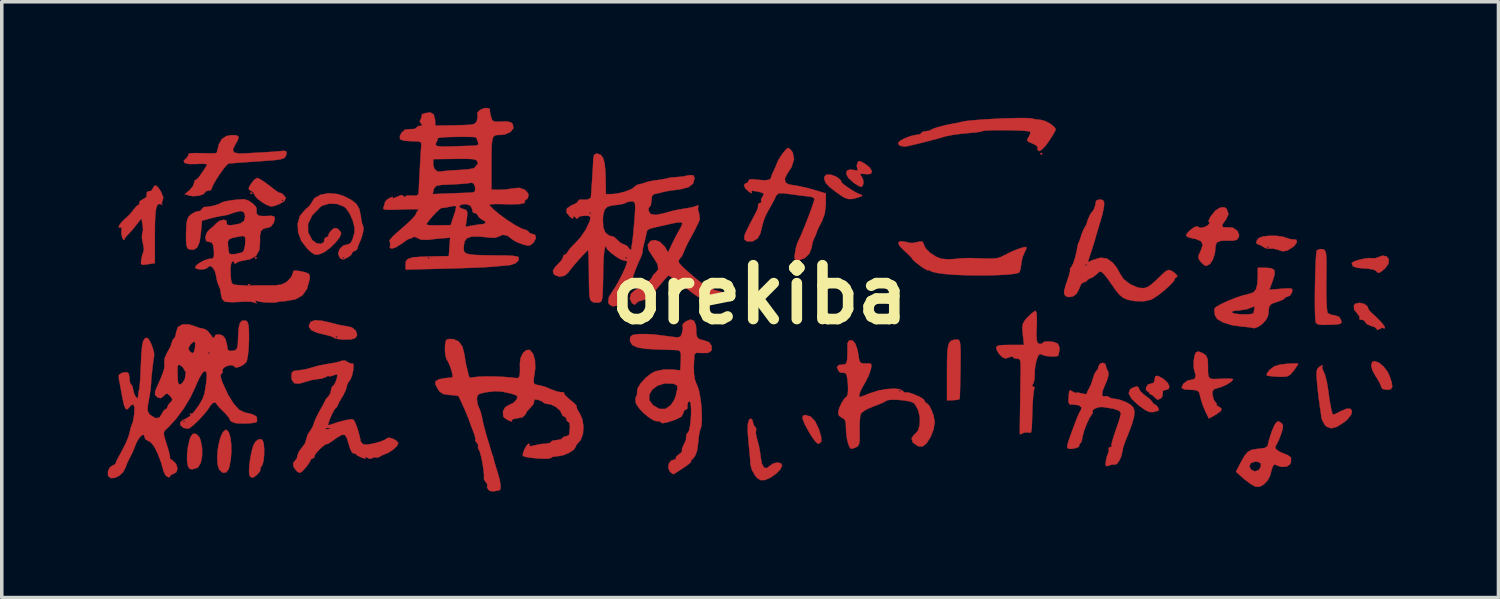
<source format=kicad_pcb>
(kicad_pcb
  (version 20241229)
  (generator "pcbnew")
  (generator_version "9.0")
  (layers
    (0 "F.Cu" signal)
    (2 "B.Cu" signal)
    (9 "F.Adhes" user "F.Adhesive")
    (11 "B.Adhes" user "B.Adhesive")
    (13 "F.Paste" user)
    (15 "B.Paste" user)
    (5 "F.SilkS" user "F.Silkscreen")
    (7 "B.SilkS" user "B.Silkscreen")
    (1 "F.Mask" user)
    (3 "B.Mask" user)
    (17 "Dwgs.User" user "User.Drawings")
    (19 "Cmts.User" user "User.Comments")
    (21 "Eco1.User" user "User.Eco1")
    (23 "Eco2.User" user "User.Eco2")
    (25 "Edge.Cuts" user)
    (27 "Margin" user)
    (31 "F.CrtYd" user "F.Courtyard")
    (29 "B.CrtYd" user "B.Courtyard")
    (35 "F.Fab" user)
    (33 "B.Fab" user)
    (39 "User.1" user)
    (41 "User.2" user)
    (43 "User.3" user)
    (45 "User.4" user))
  (footprint "orekiba"
    (layer "F.Cu")
    (at 18.444 5.288)
    (property "Reference" "orekiba" (at 0 0 0) (layer "F.SilkS") (effects (font (size 1.524 1.524) (thickness 0.3))))
    (attr through_hole)
    (fp_poly (pts (xy -16.066 3.378) (xy -16.097 3.404) (xy -16.129 3.378) (xy -16.097 3.353) (xy -16.066 3.378)) (stroke (width 0.01) (type solid)) (fill yes) (layer "F.Cu"))
    (fp_poly (pts (xy -14.415 -0.279) (xy -14.446 -0.254) (xy -14.478 -0.279) (xy -14.446 -0.305) (xy -14.415 -0.279)) (stroke (width 0.01) (type solid)) (fill yes) (layer "F.Cu"))
    (fp_poly (pts (xy -14.351 -2.87) (xy -14.383 -2.845) (xy -14.415 -2.87) (xy -14.383 -2.896) (xy -14.351 -2.87)) (stroke (width 0.01) (type solid)) (fill yes) (layer "F.Cu"))
    (fp_poly (pts (xy -14.224 -1.041) (xy -14.256 -1.016) (xy -14.287 -1.041) (xy -14.256 -1.067) (xy -14.224 -1.041)) (stroke (width 0.01) (type solid)) (fill yes) (layer "F.Cu"))
    (fp_poly (pts (xy 8.001 -3.988) (xy 7.969 -3.962) (xy 7.938 -3.988) (xy 7.969 -4.013) (xy 8.001 -3.988)) (stroke (width 0.01) (type solid)) (fill yes) (layer "F.Cu"))
    (fp_poly (pts (xy 1.442 3.448) (xy 1.572 3.586) (xy 1.682 3.82) (xy 1.683 3.822) (xy 1.743 4.031) (xy 1.743 4.158) (xy 1.682 4.213) (xy 1.648 4.216) (xy 1.595 4.174) (xy 1.508 4.061) (xy 1.407 3.903) (xy 1.398 3.888) (xy 1.275 3.662) (xy 1.217 3.512) (xy 1.223 3.429) (xy 1.29 3.404) (xy 1.442 3.448)) (stroke (width 0.01) (type solid)) (fill yes) (layer "F.Cu"))
    (fp_poly (pts (xy -15.941 3.941) (xy -15.858 4.024) (xy -15.82 4.111) (xy -15.776 4.338) (xy -15.775 4.56) (xy -15.811 4.748) (xy -15.883 4.876) (xy -15.915 4.9) (xy -16.051 4.941) (xy -16.126 4.929) (xy -16.176 4.852) (xy -16.201 4.703) (xy -16.2 4.508) (xy -16.174 4.295) (xy -16.125 4.09) (xy -16.099 4.018) (xy -16.03 3.936) (xy -15.941 3.941)) (stroke (width 0.01) (type solid)) (fill yes) (layer "F.Cu"))
    (fp_poly (pts (xy 17.522 1.923) (xy 17.657 2.036) (xy 17.773 2.191) (xy 17.821 2.291) (xy 17.887 2.49) (xy 17.901 2.612) (xy 17.861 2.674) (xy 17.762 2.692) (xy 17.748 2.692) (xy 17.619 2.665) (xy 17.59 2.613) (xy 17.56 2.525) (xy 17.485 2.389) (xy 17.428 2.303) (xy 17.338 2.138) (xy 17.306 1.997) (xy 17.333 1.904) (xy 17.396 1.88) (xy 17.522 1.923)) (stroke (width 0.01) (type solid)) (fill yes) (layer "F.Cu"))
    (fp_poly (pts (xy -15.022 3.891) (xy -14.977 4.033) (xy -14.952 4.228) (xy -14.948 4.45) (xy -14.966 4.676) (xy -15.008 4.883) (xy -15.025 4.936) (xy -15.098 5.031) (xy -15.197 5.037) (xy -15.288 4.953) (xy -15.297 4.937) (xy -15.337 4.796) (xy -15.348 4.611) (xy -15.334 4.406) (xy -15.299 4.202) (xy -15.249 4.022) (xy -15.186 3.89) (xy -15.116 3.826) (xy -15.085 3.826) (xy -15.022 3.891)) (stroke (width 0.01) (type solid)) (fill yes) (layer "F.Cu"))
    (fp_poly (pts (xy 15.214 1.946) (xy 15.24 1.953) (xy 15.211 2.007) (xy 15.138 2.114) (xy 15.108 2.154) (xy 15.014 2.265) (xy 14.917 2.315) (xy 14.764 2.325) (xy 14.691 2.323) (xy 14.506 2.311) (xy 14.377 2.294) (xy 14.352 2.287) (xy 14.352 2.235) (xy 14.42 2.141) (xy 14.437 2.122) (xy 14.558 2.031) (xy 14.72 1.98) (xy 14.907 1.957) (xy 15.093 1.946) (xy 15.214 1.946)) (stroke (width 0.01) (type solid)) (fill yes) (layer "F.Cu"))
    (fp_poly (pts (xy -14.078 4.102) (xy -14.064 4.116) (xy -14.033 4.21) (xy -14.019 4.365) (xy -14.021 4.542) (xy -14.038 4.705) (xy -14.069 4.817) (xy -14.083 4.838) (xy -14.131 4.912) (xy -14.124 4.94) (xy -14.135 4.992) (xy -14.202 5.075) (xy -14.29 5.15) (xy -14.358 5.182) (xy -14.416 5.142) (xy -14.432 5.116) (xy -14.448 5.012) (xy -14.44 4.839) (xy -14.412 4.631) (xy -14.369 4.418) (xy -14.323 4.258) (xy -14.254 4.146) (xy -14.162 4.088) (xy -14.078 4.102)) (stroke (width 0.01) (type solid)) (fill yes) (layer "F.Cu"))
    (fp_poly (pts (xy 5.633 1.28) (xy 5.66 1.319) (xy 5.677 1.402) (xy 5.686 1.542) (xy 5.688 1.753) (xy 5.684 2.051) (xy 5.684 2.095) (xy 5.678 2.375) (xy 5.673 2.618) (xy 5.668 2.806) (xy 5.663 2.923) (xy 5.661 2.951) (xy 5.598 2.975) (xy 5.477 2.986) (xy 5.302 2.99) (xy 5.302 2.179) (xy 5.304 1.855) (xy 5.313 1.619) (xy 5.333 1.457) (xy 5.369 1.354) (xy 5.425 1.299) (xy 5.506 1.275) (xy 5.595 1.271) (xy 5.633 1.28)) (stroke (width 0.01) (type solid)) (fill yes) (layer "F.Cu"))
    (fp_poly (pts (xy 2.148 -3.349) (xy 2.223 -3.302) (xy 2.301 -3.23) (xy 2.311 -3.2) (xy 2.318 -3.173) (xy 2.398 -3.106) (xy 2.52 -3.018) (xy 2.656 -2.931) (xy 2.775 -2.865) (xy 2.825 -2.844) (xy 2.903 -2.813) (xy 2.88 -2.785) (xy 2.774 -2.748) (xy 2.622 -2.708) (xy 2.505 -2.706) (xy 2.385 -2.753) (xy 2.225 -2.859) (xy 2.148 -2.915) (xy 1.967 -3.057) (xy 1.868 -3.165) (xy 1.832 -3.264) (xy 1.834 -3.34) (xy 1.889 -3.395) (xy 2.008 -3.396) (xy 2.148 -3.349)) (stroke (width 0.01) (type solid)) (fill yes) (layer "F.Cu"))
    (fp_poly (pts (xy 17.745 -1.08) (xy 17.804 -0.997) (xy 17.794 -0.879) (xy 17.7 -0.746) (xy 17.697 -0.743) (xy 17.572 -0.639) (xy 17.496 -0.616) (xy 17.449 -0.666) (xy 17.448 -0.671) (xy 17.374 -0.709) (xy 17.213 -0.736) (xy 17.11 -0.743) (xy 16.898 -0.762) (xy 16.788 -0.806) (xy 16.756 -0.885) (xy 16.756 -0.896) (xy 16.812 -0.937) (xy 16.945 -0.982) (xy 17.108 -1.019) (xy 17.251 -1.037) (xy 17.312 -1.032) (xy 17.438 -1.034) (xy 17.479 -1.052) (xy 17.631 -1.105) (xy 17.745 -1.08)) (stroke (width 0.01) (type solid)) (fill yes) (layer "F.Cu"))
    (fp_poly (pts (xy 10.727 2.628) (xy 10.732 2.662) (xy 10.777 2.739) (xy 10.889 2.839) (xy 10.922 2.862) (xy 11.044 2.957) (xy 11.109 3.033) (xy 11.113 3.045) (xy 11.154 3.097) (xy 11.169 3.099) (xy 11.229 3.136) (xy 11.282 3.211) (xy 11.293 3.272) (xy 11.289 3.278) (xy 11.222 3.3) (xy 11.14 3.322) (xy 11.037 3.321) (xy 10.909 3.263) (xy 10.731 3.136) (xy 10.72 3.127) (xy 10.522 2.942) (xy 10.443 2.793) (xy 10.482 2.681) (xy 10.541 2.64) (xy 10.67 2.595) (xy 10.727 2.628)) (stroke (width 0.01) (type solid)) (fill yes) (layer "F.Cu"))
    (fp_poly (pts (xy 11.394 2.363) (xy 11.436 2.392) (xy 11.551 2.501) (xy 11.595 2.604) (xy 11.562 2.675) (xy 11.491 2.692) (xy 11.408 2.722) (xy 11.409 2.785) (xy 11.39 2.892) (xy 11.344 2.94) (xy 11.258 2.973) (xy 11.19 2.917) (xy 11.186 2.911) (xy 11.112 2.84) (xy 11.069 2.827) (xy 11.031 2.8) (xy 11.033 2.789) (xy 11.001 2.745) (xy 10.981 2.743) (xy 10.936 2.701) (xy 10.933 2.629) (xy 10.992 2.537) (xy 11.065 2.522) (xy 11.154 2.492) (xy 11.176 2.407) (xy 11.196 2.311) (xy 11.264 2.296) (xy 11.394 2.363)) (stroke (width 0.01) (type solid)) (fill yes) (layer "F.Cu"))
    (fp_poly (pts (xy 2.948 -3.722) (xy 2.988 -3.698) (xy 3.113 -3.599) (xy 3.174 -3.502) (xy 3.175 -3.49) (xy 3.151 -3.422) (xy 3.055 -3.408) (xy 2.989 -3.414) (xy 2.865 -3.423) (xy 2.843 -3.397) (xy 2.887 -3.34) (xy 2.932 -3.244) (xy 2.936 -3.137) (xy 2.901 -3.062) (xy 2.866 -3.05) (xy 2.796 -3.081) (xy 2.677 -3.156) (xy 2.658 -3.169) (xy 2.514 -3.3) (xy 2.451 -3.418) (xy 2.469 -3.505) (xy 2.563 -3.543) (xy 2.709 -3.52) (xy 2.781 -3.513) (xy 2.769 -3.548) (xy 2.748 -3.642) (xy 2.762 -3.708) (xy 2.794 -3.771) (xy 2.844 -3.776) (xy 2.948 -3.722)) (stroke (width 0.01) (type solid)) (fill yes) (layer "F.Cu"))
    (fp_poly (pts (xy 17.107 0.261) (xy 17.197 0.329) (xy 17.209 0.366) (xy 17.248 0.446) (xy 17.303 0.504) (xy 17.471 0.656) (xy 17.604 0.795) (xy 17.683 0.901) (xy 17.693 0.95) (xy 17.654 0.951) (xy 17.653 0.942) (xy 17.614 0.936) (xy 17.558 0.965) (xy 17.478 0.998) (xy 17.462 0.972) (xy 17.409 0.92) (xy 17.304 0.884) (xy 17.185 0.836) (xy 17.145 0.782) (xy 17.093 0.721) (xy 17.039 0.711) (xy 16.97 0.696) (xy 16.976 0.677) (xy 16.975 0.617) (xy 16.933 0.563) (xy 16.821 0.419) (xy 16.815 0.302) (xy 16.859 0.254) (xy 16.974 0.23) (xy 17.107 0.261)) (stroke (width 0.01) (type solid)) (fill yes) (layer "F.Cu"))
    (fp_poly (pts (xy -12.375 0.74) (xy -12.121 0.799) (xy -11.916 0.851) (xy -11.751 0.883) (xy -11.684 0.89) (xy -11.537 0.927) (xy -11.426 1.021) (xy -11.39 1.136) (xy -11.396 1.164) (xy -11.449 1.233) (xy -11.558 1.264) (xy -11.716 1.27) (xy -11.893 1.261) (xy -12.01 1.237) (xy -12.029 1.225) (xy -12.087 1.194) (xy -12.002 1.194) (xy -11.97 1.219) (xy -11.938 1.194) (xy -11.97 1.168) (xy -12.002 1.194) (xy -12.087 1.194) (xy -12.111 1.181) (xy -12.239 1.146) (xy -12.515 1.08) (xy -12.679 1.008) (xy -12.748 0.92) (xy -12.75 0.864) (xy -12.7 0.764) (xy -12.579 0.723) (xy -12.375 0.74)) (stroke (width 0.01) (type solid)) (fill yes) (layer "F.Cu"))
    (fp_poly (pts (xy 14.632 -1.664) (xy 14.815 -1.637) (xy 14.874 -1.617) (xy 15.01 -1.573) (xy 15.092 -1.565) (xy 15.188 -1.553) (xy 15.203 -1.486) (xy 15.138 -1.39) (xy 15.084 -1.344) (xy 14.927 -1.247) (xy 14.796 -1.227) (xy 14.649 -1.276) (xy 14.514 -1.308) (xy 14.444 -1.302) (xy 14.331 -1.311) (xy 14.266 -1.346) (xy 14.351 -1.346) (xy 14.383 -1.321) (xy 14.415 -1.346) (xy 14.383 -1.372) (xy 14.351 -1.346) (xy 14.266 -1.346) (xy 14.262 -1.348) (xy 14.155 -1.41) (xy 14.102 -1.422) (xy 14.051 -1.457) (xy 14.073 -1.539) (xy 14.125 -1.602) (xy 14.237 -1.646) (xy 14.423 -1.667) (xy 14.632 -1.664)) (stroke (width 0.01) (type solid)) (fill yes) (layer "F.Cu"))
    (fp_poly (pts (xy -14.135 -3.268) (xy -14 -3.181) (xy -13.866 -3.08) (xy -13.723 -2.969) (xy -13.622 -2.898) (xy -13.589 -2.883) (xy -13.549 -2.877) (xy -13.494 -2.845) (xy -13.406 -2.745) (xy -13.444 -2.649) (xy -13.586 -2.567) (xy -13.738 -2.509) (xy -13.845 -2.5) (xy -13.957 -2.545) (xy -14.081 -2.62) (xy -14.143 -2.667) (xy -13.525 -2.667) (xy -13.494 -2.642) (xy -13.462 -2.667) (xy -13.494 -2.692) (xy -13.525 -2.667) (xy -14.143 -2.667) (xy -14.211 -2.718) (xy -14.283 -2.802) (xy -14.287 -2.821) (xy -14.337 -2.903) (xy -14.389 -2.936) (xy -14.452 -2.976) (xy -14.451 -3.034) (xy -14.388 -3.142) (xy -14.301 -3.249) (xy -14.223 -3.301) (xy -14.214 -3.302) (xy -14.135 -3.268)) (stroke (width 0.01) (type solid)) (fill yes) (layer "F.Cu"))
    (fp_poly (pts (xy 15.93 -1.286) (xy 15.974 -1.271) (xy 16.005 -1.236) (xy 16.025 -1.167) (xy 16.036 -1.049) (xy 16.04 -0.867) (xy 16.038 -0.608) (xy 16.035 -0.405) (xy 16.034 -0.117) (xy 16.038 0.138) (xy 16.047 0.341) (xy 16.06 0.474) (xy 16.072 0.517) (xy 16.17 0.569) (xy 16.264 0.583) (xy 16.394 0.625) (xy 16.448 0.711) (xy 16.465 0.783) (xy 16.437 0.822) (xy 16.337 0.841) (xy 16.137 0.851) (xy 16.127 0.852) (xy 15.915 0.855) (xy 15.797 0.839) (xy 15.744 0.798) (xy 15.734 0.775) (xy 15.723 0.689) (xy 15.715 0.524) (xy 15.712 0.302) (xy 15.712 0.041) (xy 15.715 -0.24) (xy 15.721 -0.52) (xy 15.729 -0.78) (xy 15.739 -1.002) (xy 15.752 -1.164) (xy 15.765 -1.249) (xy 15.768 -1.255) (xy 15.858 -1.291) (xy 15.93 -1.286)) (stroke (width 0.01) (type solid)) (fill yes) (layer "F.Cu"))
    (fp_poly (pts (xy -0.201 3.548) (xy -0.191 3.604) (xy -0.163 3.7) (xy -0.13 3.732) (xy -0.094 3.799) (xy -0.102 3.832) (xy -0.108 3.922) (xy -0.08 4.061) (xy -0.066 4.108) (xy -0.018 4.29) (xy 0.019 4.501) (xy 0.027 4.576) (xy 0.062 4.777) (xy 0.121 4.89) (xy 0.201 4.909) (xy 0.277 4.852) (xy 0.391 4.774) (xy 0.517 4.749) (xy 0.61 4.778) (xy 0.635 4.835) (xy 0.586 4.943) (xy 0.462 5.068) (xy 0.303 5.179) (xy 0.146 5.244) (xy 0.139 5.246) (xy 0.022 5.247) (xy -0.076 5.18) (xy -0.131 5.114) (xy -0.217 4.961) (xy -0.258 4.809) (xy -0.258 4.801) (xy -0.266 4.68) (xy -0.282 4.493) (xy -0.304 4.273) (xy -0.312 4.199) (xy -0.337 3.882) (xy -0.333 3.662) (xy -0.298 3.537) (xy -0.247 3.505) (xy -0.201 3.548)) (stroke (width 0.01) (type solid)) (fill yes) (layer "F.Cu"))
    (fp_poly (pts (xy 15.925 2.002) (xy 15.914 2.077) (xy 15.941 2.137) (xy 15.999 2.273) (xy 16.053 2.487) (xy 16.096 2.757) (xy 16.097 2.769) (xy 16.124 2.968) (xy 16.157 3.156) (xy 16.189 3.304) (xy 16.215 3.385) (xy 16.22 3.392) (xy 16.282 3.378) (xy 16.403 3.319) (xy 16.435 3.3) (xy 16.606 3.227) (xy 16.717 3.23) (xy 16.762 3.292) (xy 16.736 3.398) (xy 16.631 3.531) (xy 16.553 3.598) (xy 16.341 3.735) (xy 16.173 3.78) (xy 16.042 3.734) (xy 15.999 3.691) (xy 15.924 3.565) (xy 15.898 3.48) (xy 15.883 3.37) (xy 15.859 3.208) (xy 15.847 3.124) (xy 15.822 2.94) (xy 15.795 2.707) (xy 15.773 2.486) (xy 15.758 2.285) (xy 15.763 2.158) (xy 15.793 2.083) (xy 15.852 2.032) (xy 15.854 2.031) (xy 15.925 1.992) (xy 15.925 2.002)) (stroke (width 0.01) (type solid)) (fill yes) (layer "F.Cu"))
    (fp_poly (pts (xy 13.215 -2.431) (xy 13.267 -2.28) (xy 13.194 -2.123) (xy 13.178 -2.105) (xy 13.092 -1.984) (xy 13.101 -1.914) (xy 13.205 -1.903) (xy 13.227 -1.907) (xy 13.388 -1.895) (xy 13.514 -1.812) (xy 13.568 -1.691) (xy 13.557 -1.626) (xy 13.503 -1.553) (xy 13.394 -1.528) (xy 13.28 -1.53) (xy 13.055 -1.526) (xy 12.933 -1.476) (xy 12.901 -1.383) (xy 12.883 -1.176) (xy 12.826 -0.996) (xy 12.74 -0.867) (xy 12.638 -0.813) (xy 12.63 -0.813) (xy 12.559 -0.851) (xy 12.478 -0.932) (xy 12.42 -1.02) (xy 12.419 -1.105) (xy 12.476 -1.233) (xy 12.48 -1.241) (xy 12.537 -1.404) (xy 12.495 -1.51) (xy 12.345 -1.575) (xy 12.254 -1.593) (xy 12.121 -1.628) (xy 12.065 -1.672) (xy 12.065 -1.673) (xy 12.101 -1.743) (xy 12.186 -1.828) (xy 12.286 -1.901) (xy 12.368 -1.936) (xy 12.395 -1.926) (xy 12.462 -1.891) (xy 12.576 -1.907) (xy 12.683 -1.962) (xy 12.725 -2.011) (xy 12.731 -2.064) (xy 12.708 -2.061) (xy 12.7 -2.085) (xy 12.742 -2.174) (xy 12.778 -2.234) (xy 12.899 -2.381) (xy 13.032 -2.464) (xy 13.151 -2.474) (xy 13.215 -2.431)) (stroke (width 0.01) (type solid)) (fill yes) (layer "F.Cu"))
    (fp_poly (pts (xy 12.538 1.654) (xy 12.634 1.725) (xy 12.677 1.828) (xy 12.686 1.971) (xy 12.686 2.179) (xy 12.698 2.305) (xy 12.74 2.368) (xy 12.829 2.388) (xy 12.982 2.383) (xy 13.049 2.38) (xy 13.24 2.375) (xy 13.367 2.382) (xy 13.399 2.392) (xy 13.347 2.46) (xy 13.22 2.542) (xy 13.062 2.612) (xy 12.977 2.636) (xy 12.854 2.676) (xy 12.812 2.745) (xy 12.817 2.849) (xy 12.852 2.977) (xy 12.907 3.057) (xy 12.913 3.06) (xy 12.943 3.094) (xy 12.922 3.1) (xy 12.915 3.121) (xy 12.97 3.154) (xy 13.065 3.219) (xy 13.054 3.289) (xy 12.931 3.38) (xy 12.897 3.4) (xy 12.713 3.504) (xy 12.612 3.302) (xy 12.534 3.115) (xy 12.476 2.92) (xy 12.471 2.896) (xy 12.437 2.766) (xy 12.378 2.708) (xy 12.254 2.693) (xy 12.184 2.692) (xy 12.009 2.677) (xy 11.94 2.635) (xy 11.94 2.629) (xy 11.99 2.52) (xy 12.1 2.436) (xy 12.192 2.413) (xy 12.311 2.382) (xy 12.342 2.285) (xy 12.315 2.202) (xy 12.284 2.068) (xy 12.281 1.896) (xy 12.304 1.733) (xy 12.345 1.633) (xy 12.416 1.608) (xy 12.538 1.654)) (stroke (width 0.01) (type solid)) (fill yes) (layer "F.Cu"))
    (fp_poly (pts (xy 14.789 3.657) (xy 14.809 3.7) (xy 14.8 3.794) (xy 14.756 3.944) (xy 14.692 4.108) (xy 14.622 4.249) (xy 14.588 4.3) (xy 14.603 4.365) (xy 14.712 4.445) (xy 14.888 4.52) (xy 14.938 4.536) (xy 15.037 4.61) (xy 15.033 4.744) (xy 15.011 4.796) (xy 14.923 4.86) (xy 14.781 4.874) (xy 14.645 4.836) (xy 14.624 4.821) (xy 14.569 4.801) (xy 14.524 4.849) (xy 14.48 4.978) (xy 14.451 5.103) (xy 14.379 5.249) (xy 14.274 5.362) (xy 14.152 5.434) (xy 14.046 5.433) (xy 13.999 5.416) (xy 13.876 5.343) (xy 13.725 5.229) (xy 13.674 5.185) (xy 13.479 5.01) (xy 13.559 4.854) (xy 13.857 4.854) (xy 13.904 4.951) (xy 14.015 5) (xy 14.122 4.962) (xy 14.179 4.876) (xy 14.184 4.772) (xy 14.096 4.728) (xy 14.021 4.724) (xy 13.9 4.763) (xy 13.857 4.854) (xy 13.559 4.854) (xy 13.611 4.753) (xy 13.718 4.563) (xy 13.814 4.448) (xy 13.928 4.389) (xy 14.087 4.363) (xy 14.131 4.36) (xy 14.298 4.336) (xy 14.372 4.284) (xy 14.383 4.242) (xy 14.406 4.139) (xy 14.455 3.979) (xy 14.5 3.85) (xy 14.574 3.679) (xy 14.64 3.596) (xy 14.698 3.588) (xy 14.789 3.657)) (stroke (width 0.01) (type solid)) (fill yes) (layer "F.Cu"))
    (fp_poly (pts (xy 4.135 -1.494) (xy 4.137 -1.494) (xy 4.254 -1.464) (xy 4.338 -1.463) (xy 4.461 -1.488) (xy 4.493 -1.496) (xy 4.603 -1.506) (xy 4.637 -1.449) (xy 4.638 -1.439) (xy 4.691 -1.318) (xy 4.822 -1.185) (xy 4.994 -1.073) (xy 5.14 -1.017) (xy 5.338 -0.998) (xy 5.536 -1.011) (xy 5.724 -1.03) (xy 5.967 -1.036) (xy 6.096 -1.032) (xy 6.389 -1.021) (xy 6.586 -1.02) (xy 6.719 -1.033) (xy 6.82 -1.063) (xy 6.911 -1.109) (xy 7.097 -1.203) (xy 7.286 -1.282) (xy 7.445 -1.336) (xy 7.538 -1.35) (xy 7.546 -1.346) (xy 7.543 -1.288) (xy 7.499 -1.203) (xy 7.444 -1.075) (xy 7.407 -0.909) (xy 7.403 -0.872) (xy 7.383 -0.732) (xy 7.353 -0.639) (xy 7.343 -0.625) (xy 7.242 -0.595) (xy 7.039 -0.571) (xy 6.757 -0.555) (xy 6.421 -0.546) (xy 6.054 -0.546) (xy 5.681 -0.556) (xy 5.511 -0.564) (xy 5.249 -0.585) (xy 5.028 -0.614) (xy 4.886 -0.647) (xy 4.86 -0.659) (xy 4.782 -0.698) (xy 4.763 -0.691) (xy 4.721 -0.702) (xy 4.616 -0.767) (xy 4.54 -0.82) (xy 4.409 -0.922) (xy 4.329 -0.998) (xy 4.318 -1.017) (xy 4.278 -1.071) (xy 4.175 -1.171) (xy 4.092 -1.244) (xy 3.959 -1.38) (xy 3.923 -1.473) (xy 3.983 -1.514) (xy 4.135 -1.494)) (stroke (width 0.01) (type solid)) (fill yes) (layer "F.Cu"))
    (fp_poly (pts (xy -17.06 -3.078) (xy -16.979 -2.979) (xy -16.938 -2.911) (xy -16.874 -2.754) (xy -16.893 -2.665) (xy -16.921 -2.59) (xy -16.906 -2.565) (xy -16.904 -2.547) (xy -16.934 -2.558) (xy -16.998 -2.57) (xy -17.045 -2.533) (xy -17.078 -2.436) (xy -17.099 -2.268) (xy -17.11 -2.02) (xy -17.113 -1.681) (xy -17.113 -0.893) (xy -17.318 -0.86) (xy -17.455 -0.843) (xy -17.505 -0.872) (xy -17.5 -0.972) (xy -17.495 -0.999) (xy -17.467 -1.129) (xy -17.435 -1.214) (xy -17.432 -1.217) (xy -17.422 -1.292) (xy -17.442 -1.422) (xy -17.453 -1.463) (xy -17.479 -1.608) (xy -17.473 -1.717) (xy -17.466 -1.733) (xy -17.446 -1.829) (xy -17.456 -1.967) (xy -17.459 -1.981) (xy -17.494 -2.159) (xy -17.651 -1.956) (xy -17.763 -1.818) (xy -17.861 -1.711) (xy -17.889 -1.685) (xy -17.962 -1.598) (xy -17.975 -1.558) (xy -17.997 -1.549) (xy -18.03 -1.6) (xy -18.061 -1.734) (xy -18.055 -1.82) (xy -18.056 -1.901) (xy -18.095 -1.906) (xy -18.137 -1.905) (xy -18.12 -1.96) (xy -18.059 -2.045) (xy -17.971 -2.135) (xy -17.941 -2.159) (xy -17.809 -2.284) (xy -17.719 -2.4) (xy -17.641 -2.499) (xy -17.575 -2.54) (xy -17.575 -2.54) (xy -17.546 -2.571) (xy -17.556 -2.588) (xy -17.537 -2.646) (xy -17.465 -2.691) (xy -17.367 -2.748) (xy -17.344 -2.783) (xy -17.342 -2.886) (xy -17.3 -2.929) (xy -17.277 -2.923) (xy -17.214 -2.94) (xy -17.177 -2.996) (xy -17.124 -3.083) (xy -17.06 -3.078)) (stroke (width 0.01) (type solid)) (fill yes) (layer "F.Cu"))
    (fp_poly (pts (xy 14.484 -0.748) (xy 14.566 -0.693) (xy 14.574 -0.581) (xy 14.518 -0.395) (xy 14.515 -0.386) (xy 14.422 -0.139) (xy 14.758 -0.167) (xy 14.951 -0.18) (xy 15.047 -0.173) (xy 15.075 -0.137) (xy 15.064 -0.072) (xy 15.011 0.022) (xy 14.947 0.051) (xy 14.867 0.078) (xy 14.859 0.098) (xy 14.805 0.143) (xy 14.671 0.194) (xy 14.637 0.203) (xy 14.483 0.259) (xy 14.418 0.338) (xy 14.407 0.41) (xy 14.396 0.545) (xy 14.373 0.63) (xy 14.321 0.718) (xy 14.3 0.748) (xy 14.208 0.842) (xy 14.091 0.917) (xy 13.992 0.949) (xy 13.962 0.942) (xy 13.89 0.927) (xy 13.736 0.91) (xy 13.652 0.903) (xy 13.357 0.861) (xy 13.113 0.785) (xy 12.946 0.686) (xy 12.881 0.578) (xy 12.872 0.478) (xy 13.365 0.478) (xy 13.367 0.508) (xy 13.444 0.537) (xy 13.59 0.554) (xy 13.759 0.558) (xy 13.902 0.549) (xy 13.973 0.525) (xy 13.975 0.521) (xy 13.99 0.442) (xy 14.002 0.391) (xy 14 0.33) (xy 13.944 0.352) (xy 13.792 0.409) (xy 13.562 0.446) (xy 13.442 0.453) (xy 13.365 0.478) (xy 12.872 0.478) (xy 12.871 0.462) (xy 12.865 0.405) (xy 12.914 0.349) (xy 13.051 0.269) (xy 13.245 0.179) (xy 13.464 0.091) (xy 13.679 0.019) (xy 13.851 -0.022) (xy 13.973 -0.065) (xy 14.048 -0.156) (xy 14.086 -0.315) (xy 14.096 -0.521) (xy 14.097 -0.762) (xy 14.321 -0.762) (xy 14.484 -0.748)) (stroke (width 0.01) (type solid)) (fill yes) (layer "F.Cu"))
    (fp_poly (pts (xy -14.8 -4.509) (xy -14.741 -4.465) (xy -14.769 -4.365) (xy -14.832 -4.26) (xy -14.903 -4.113) (xy -14.879 -4.028) (xy -14.749 -3.994) (xy -14.595 -3.996) (xy -14.37 -4.009) (xy -14.096 -4.024) (xy -13.938 -4.033) (xy -13.717 -4.048) (xy -13.539 -4.063) (xy -13.462 -4.072) (xy -13.391 -4.054) (xy -13.388 -3.988) (xy -13.411 -3.913) (xy -13.457 -3.863) (xy -13.553 -3.831) (xy -13.721 -3.807) (xy -13.985 -3.787) (xy -14.065 -3.781) (xy -14.341 -3.762) (xy -14.585 -3.745) (xy -14.757 -3.733) (xy -14.796 -3.73) (xy -14.946 -3.718) (xy -15.025 -3.713) (xy -15.081 -3.669) (xy -15.171 -3.559) (xy -15.277 -3.411) (xy -15.38 -3.252) (xy -15.462 -3.109) (xy -15.506 -3.009) (xy -15.508 -2.985) (xy -15.546 -2.951) (xy -15.589 -2.946) (xy -15.674 -2.923) (xy -15.684 -2.904) (xy -15.739 -2.843) (xy -15.87 -2.8) (xy -16.026 -2.787) (xy -16.116 -2.8) (xy -16.263 -2.843) (xy -16.132 -2.955) (xy -16.037 -3.066) (xy -16.002 -3.159) (xy -15.979 -3.236) (xy -15.953 -3.251) (xy -15.913 -3.273) (xy -15.85 -3.347) (xy -15.753 -3.487) (xy -15.631 -3.677) (xy -15.671 -3.699) (xy -15.804 -3.704) (xy -15.926 -3.698) (xy -16.148 -3.697) (xy -16.274 -3.73) (xy -16.295 -3.792) (xy -16.221 -3.863) (xy -16.162 -3.935) (xy -16.168 -3.972) (xy -16.132 -3.997) (xy -15.986 -4.007) (xy -15.786 -4.003) (xy -15.574 -3.998) (xy -15.421 -4.001) (xy -15.362 -4.012) (xy -15.301 -4.252) (xy -15.214 -4.406) (xy -15.09 -4.488) (xy -14.952 -4.513) (xy -14.8 -4.509)) (stroke (width 0.01) (type solid)) (fill yes) (layer "F.Cu"))
    (fp_poly (pts (xy 7.67 -4.991) (xy 7.715 -4.982) (xy 7.822 -4.959) (xy 7.953 -4.947) (xy 8.093 -4.909) (xy 8.241 -4.827) (xy 8.351 -4.73) (xy 8.38 -4.673) (xy 8.354 -4.617) (xy 8.285 -4.499) (xy 8.204 -4.371) (xy 8.083 -4.204) (xy 7.976 -4.097) (xy 7.9 -4.061) (xy 7.866 -4.098) (xy 7.866 -4.177) (xy 7.822 -4.225) (xy 7.73 -4.273) (xy 7.603 -4.329) (xy 7.567 -4.373) (xy 7.6 -4.441) (xy 7.62 -4.47) (xy 7.661 -4.567) (xy 7.652 -4.614) (xy 7.572 -4.63) (xy 7.399 -4.643) (xy 7.168 -4.651) (xy 6.912 -4.655) (xy 6.665 -4.654) (xy 6.463 -4.648) (xy 6.337 -4.637) (xy 6.318 -4.631) (xy 6.213 -4.605) (xy 6.064 -4.587) (xy 5.733 -4.557) (xy 5.452 -4.519) (xy 5.258 -4.48) (xy 5.239 -4.474) (xy 5.09 -4.43) (xy 4.873 -4.372) (xy 4.626 -4.308) (xy 4.39 -4.25) (xy 4.205 -4.207) (xy 4.125 -4.191) (xy 3.991 -4.208) (xy 3.939 -4.24) (xy 3.918 -4.297) (xy 3.989 -4.362) (xy 4.085 -4.414) (xy 4.259 -4.484) (xy 4.414 -4.52) (xy 4.437 -4.521) (xy 4.544 -4.541) (xy 4.572 -4.572) (xy 4.625 -4.614) (xy 4.695 -4.623) (xy 4.814 -4.643) (xy 4.853 -4.667) (xy 4.926 -4.702) (xy 5.081 -4.75) (xy 5.274 -4.799) (xy 5.462 -4.839) (xy 5.556 -4.853) (xy 5.669 -4.878) (xy 5.715 -4.891) (xy 5.843 -4.914) (xy 6.061 -4.937) (xy 6.341 -4.958) (xy 6.655 -4.976) (xy 6.973 -4.989) (xy 7.267 -4.997) (xy 7.509 -4.998) (xy 7.67 -4.991)) (stroke (width 0.01) (type solid)) (fill yes) (layer "F.Cu"))
    (fp_poly (pts (xy 7.831 0.504) (xy 7.844 0.63) (xy 7.844 0.811) (xy 7.84 0.91) (xy 7.832 1.135) (xy 7.839 1.278) (xy 7.864 1.357) (xy 7.908 1.391) (xy 7.988 1.391) (xy 8.001 1.37) (xy 8.053 1.332) (xy 8.175 1.322) (xy 8.316 1.339) (xy 8.425 1.379) (xy 8.439 1.39) (xy 8.485 1.492) (xy 8.483 1.581) (xy 8.459 1.684) (xy 8.45 1.727) (xy 8.392 1.745) (xy 8.265 1.748) (xy 8.126 1.737) (xy 8.03 1.715) (xy 8.022 1.71) (xy 7.939 1.677) (xy 7.935 1.676) (xy 7.886 1.722) (xy 7.839 1.839) (xy 7.802 1.996) (xy 7.783 2.163) (xy 7.783 2.261) (xy 7.777 2.406) (xy 7.744 2.513) (xy 7.733 2.527) (xy 7.703 2.582) (xy 7.737 2.591) (xy 7.779 2.628) (xy 7.77 2.667) (xy 7.754 2.747) (xy 7.738 2.903) (xy 7.724 3.112) (xy 7.717 3.289) (xy 7.709 3.553) (xy 7.702 3.732) (xy 7.692 3.84) (xy 7.676 3.894) (xy 7.651 3.909) (xy 7.615 3.902) (xy 7.596 3.896) (xy 7.479 3.903) (xy 7.437 3.926) (xy 7.375 3.951) (xy 7.363 3.934) (xy 7.363 3.869) (xy 7.364 3.719) (xy 7.366 3.501) (xy 7.37 3.232) (xy 7.374 2.928) (xy 7.379 2.607) (xy 7.384 2.286) (xy 7.387 2.108) (xy 7.385 1.937) (xy 7.366 1.845) (xy 7.321 1.812) (xy 7.284 1.81) (xy 7.192 1.794) (xy 7.176 1.769) (xy 7.135 1.748) (xy 7.096 1.762) (xy 6.983 1.8) (xy 6.953 1.804) (xy 6.863 1.765) (xy 6.769 1.668) (xy 6.706 1.554) (xy 6.697 1.514) (xy 6.709 1.463) (xy 6.775 1.435) (xy 6.921 1.424) (xy 7.085 1.422) (xy 7.481 1.422) (xy 7.447 1.119) (xy 7.433 0.939) (xy 7.451 0.818) (xy 7.512 0.716) (xy 7.583 0.636) (xy 7.698 0.528) (xy 7.788 0.464) (xy 7.809 0.457) (xy 7.831 0.504)) (stroke (width 0.01) (type solid)) (fill yes) (layer "F.Cu"))
    (fp_poly (pts (xy -11.936 -2.846) (xy -11.777 -2.793) (xy -11.549 -2.679) (xy -11.408 -2.567) (xy -11.327 -2.426) (xy -11.284 -2.224) (xy -11.274 -2.145) (xy -11.253 -2.022) (xy -11.224 -1.952) (xy -11.222 -1.951) (xy -11.206 -1.88) (xy -11.224 -1.751) (xy -11.268 -1.597) (xy -11.319 -1.478) (xy -11.365 -1.368) (xy -11.376 -1.307) (xy -11.416 -1.257) (xy -11.461 -1.238) (xy -11.531 -1.196) (xy -11.531 -1.176) (xy -11.558 -1.126) (xy -11.652 -1.056) (xy -11.764 -0.999) (xy -11.835 -1.009) (xy -11.874 -1.041) (xy -11.811 -1.041) (xy -11.779 -1.016) (xy -11.748 -1.041) (xy -11.779 -1.067) (xy -11.811 -1.041) (xy -11.874 -1.041) (xy -11.879 -1.046) (xy -11.926 -1.159) (xy -11.888 -1.287) (xy -11.787 -1.385) (xy -11.702 -1.413) (xy -11.618 -1.431) (xy -11.561 -1.478) (xy -11.515 -1.577) (xy -11.465 -1.745) (xy -11.462 -1.899) (xy -11.51 -2.092) (xy -11.594 -2.285) (xy -11.698 -2.438) (xy -11.759 -2.492) (xy -11.956 -2.567) (xy -12.178 -2.577) (xy -12.371 -2.523) (xy -12.417 -2.493) (xy -12.658 -2.248) (xy -12.778 -2.003) (xy -12.776 -1.764) (xy -12.661 -1.547) (xy -12.543 -1.457) (xy -12.421 -1.436) (xy -12.332 -1.48) (xy -12.311 -1.586) (xy -12.311 -1.587) (xy -12.271 -1.624) (xy -12.255 -1.626) (xy -12.206 -1.654) (xy -12.207 -1.664) (xy -12.186 -1.729) (xy -12.126 -1.811) (xy -12.038 -1.884) (xy -11.955 -1.873) (xy -11.935 -1.862) (xy -11.854 -1.775) (xy -11.841 -1.727) (xy -11.887 -1.618) (xy -12 -1.475) (xy -12.15 -1.329) (xy -12.305 -1.212) (xy -12.405 -1.162) (xy -12.519 -1.132) (xy -12.605 -1.144) (xy -12.704 -1.214) (xy -12.797 -1.3) (xy -12.965 -1.517) (xy -13.057 -1.762) (xy -13.071 -2.009) (xy -13.006 -2.231) (xy -12.86 -2.403) (xy -12.854 -2.408) (xy -12.742 -2.506) (xy -12.686 -2.589) (xy -12.593 -2.734) (xy -12.415 -2.83) (xy -12.186 -2.87) (xy -11.936 -2.846)) (stroke (width 0.01) (type solid)) (fill yes) (layer "F.Cu"))
    (fp_poly (pts (xy 0.862 -4.12) (xy 0.935 -4.027) (xy 0.937 -4.022) (xy 0.974 -3.834) (xy 0.904 -3.61) (xy 0.778 -3.419) (xy 0.713 -3.286) (xy 0.731 -3.176) (xy 0.825 -3.119) (xy 0.826 -3.119) (xy 1.101 -3.073) (xy 1.315 -3.027) (xy 1.535 -2.967) (xy 1.572 -2.956) (xy 1.873 -2.866) (xy 1.873 -2.563) (xy 1.844 -2.295) (xy 1.762 -2.073) (xy 1.757 -2.064) (xy 1.678 -1.918) (xy 1.626 -1.798) (xy 1.619 -1.775) (xy 1.57 -1.648) (xy 1.539 -1.591) (xy 1.496 -1.475) (xy 1.47 -1.328) (xy 1.41 -1.167) (xy 1.279 -1.037) (xy 1.111 -0.97) (xy 1.071 -0.967) (xy 1.002 -0.99) (xy 0.987 -1.077) (xy 0.994 -1.13) (xy 1.026 -1.317) (xy 1.06 -1.44) (xy 1.097 -1.524) (xy 1.16 -1.659) (xy 1.24 -1.849) (xy 1.328 -2.067) (xy 1.413 -2.289) (xy 1.485 -2.489) (xy 1.535 -2.641) (xy 1.552 -2.714) (xy 1.502 -2.757) (xy 1.429 -2.774) (xy 1.321 -2.786) (xy 1.165 -2.805) (xy 0.933 -2.836) (xy 0.68 -2.87) (xy 0.536 -2.869) (xy 0.471 -2.807) (xy 0.471 -2.806) (xy 0.424 -2.706) (xy 0.348 -2.562) (xy 0.321 -2.515) (xy 0.224 -2.343) (xy 0.159 -2.212) (xy 0.111 -2.083) (xy 0.067 -1.922) (xy 0.023 -1.736) (xy -0.056 -1.593) (xy -0.194 -1.51) (xy -0.357 -1.508) (xy -0.365 -1.511) (xy -0.435 -1.57) (xy -0.425 -1.688) (xy -0.37 -1.813) (xy -0.315 -1.922) (xy -0.286 -1.981) (xy -0.099 -2.337) (xy -0.048 -2.452) (xy -0.045 -2.527) (xy -0.027 -2.584) (xy 0.005 -2.591) (xy 0.054 -2.609) (xy 0.045 -2.623) (xy 0.039 -2.687) (xy 0.071 -2.754) (xy 0.116 -2.834) (xy 0.092 -2.878) (xy -0.023 -2.911) (xy -0.089 -2.924) (xy -0.212 -2.941) (xy -0.237 -2.918) (xy -0.221 -2.89) (xy -0.223 -2.868) (xy -0.297 -2.91) (xy -0.307 -2.916) (xy -0.408 -3.013) (xy -0.444 -3.099) (xy -0.405 -3.147) (xy -0.381 -3.15) (xy -0.323 -3.19) (xy -0.318 -3.219) (xy -0.285 -3.262) (xy -0.171 -3.265) (xy -0.078 -3.253) (xy 0.158 -3.234) (xy 0.29 -3.26) (xy 0.318 -3.303) (xy 0.34 -3.377) (xy 0.391 -3.489) (xy 0.449 -3.613) (xy 0.481 -3.697) (xy 0.526 -3.8) (xy 0.607 -3.931) (xy 0.698 -4.055) (xy 0.775 -4.136) (xy 0.798 -4.15) (xy 0.862 -4.12)) (stroke (width 0.01) (type solid)) (fill yes) (layer "F.Cu"))
    (fp_poly (pts (xy 9.715 -2.674) (xy 9.748 -2.611) (xy 9.744 -2.49) (xy 9.704 -2.298) (xy 9.626 -2.022) (xy 9.621 -2.007) (xy 9.565 -1.82) (xy 9.519 -1.666) (xy 9.494 -1.577) (xy 9.494 -1.575) (xy 9.468 -1.486) (xy 9.421 -1.337) (xy 9.379 -1.207) (xy 9.284 -0.916) (xy 9.42 -0.978) (xy 9.644 -1.046) (xy 9.827 -1.022) (xy 9.99 -0.905) (xy 9.996 -0.899) (xy 10.109 -0.756) (xy 10.186 -0.619) (xy 10.192 -0.601) (xy 10.296 -0.443) (xy 10.478 -0.3) (xy 10.694 -0.205) (xy 10.762 -0.191) (xy 10.864 -0.184) (xy 10.957 -0.206) (xy 11.061 -0.27) (xy 11.201 -0.391) (xy 11.367 -0.552) (xy 11.492 -0.665) (xy 11.581 -0.701) (xy 11.672 -0.666) (xy 11.748 -0.61) (xy 11.818 -0.538) (xy 11.811 -0.508) (xy 11.811 -0.508) (xy 11.753 -0.467) (xy 11.748 -0.438) (xy 11.704 -0.365) (xy 11.593 -0.249) (xy 11.442 -0.115) (xy 11.279 0.014) (xy 11.133 0.111) (xy 11.074 0.142) (xy 10.865 0.187) (xy 10.608 0.181) (xy 10.418 0.144) (xy 10.293 0.092) (xy 10.183 0.004) (xy 10.064 -0.142) (xy 9.97 -0.279) (xy 9.864 -0.43) (xy 9.764 -0.557) (xy 9.74 -0.584) (xy 9.667 -0.652) (xy 9.61 -0.646) (xy 9.527 -0.572) (xy 9.42 -0.489) (xy 9.34 -0.457) (xy 9.274 -0.421) (xy 9.271 -0.406) (xy 9.22 -0.361) (xy 9.179 -0.356) (xy 9.102 -0.309) (xy 9.046 -0.184) (xy 9.044 -0.174) (xy 8.972 -0.03) (xy 8.857 0.055) (xy 8.726 0.067) (xy 8.652 0.032) (xy 8.616 -0.022) (xy 8.619 -0.116) (xy 8.662 -0.273) (xy 8.695 -0.37) (xy 8.751 -0.538) (xy 8.783 -0.66) (xy 8.784 -0.711) (xy 8.782 -0.711) (xy 8.784 -0.742) (xy 8.813 -0.775) (xy 8.85 -0.838) (xy 9.207 -0.838) (xy 9.239 -0.813) (xy 9.271 -0.838) (xy 9.239 -0.864) (xy 9.207 -0.838) (xy 8.85 -0.838) (xy 8.869 -0.872) (xy 8.926 -1.042) (xy 8.976 -1.257) (xy 8.991 -1.346) (xy 9.009 -1.435) (xy 9.02 -1.46) (xy 9.03 -1.473) (xy 9.044 -1.507) (xy 9.073 -1.59) (xy 9.11 -1.702) (xy 9.159 -1.826) (xy 9.199 -1.905) (xy 9.241 -1.973) (xy 9.243 -1.981) (xy 9.29 -2.128) (xy 9.348 -2.259) (xy 9.4 -2.335) (xy 9.406 -2.339) (xy 9.457 -2.41) (xy 9.501 -2.546) (xy 9.52 -2.654) (xy 9.578 -2.686) (xy 9.647 -2.692) (xy 9.715 -2.674)) (stroke (width 0.01) (type solid)) (fill yes) (layer "F.Cu"))
    (fp_poly (pts (xy 9.776 1.954) (xy 9.787 1.981) (xy 9.815 2.085) (xy 9.867 2.189) (xy 9.87 2.28) (xy 9.829 2.426) (xy 9.781 2.536) (xy 9.707 2.715) (xy 9.689 2.835) (xy 9.725 2.883) (xy 9.779 2.87) (xy 9.857 2.879) (xy 9.874 2.895) (xy 9.963 2.937) (xy 10.045 2.946) (xy 10.184 2.972) (xy 10.358 3.037) (xy 10.391 3.052) (xy 10.505 3.12) (xy 10.578 3.2) (xy 10.608 3.307) (xy 10.594 3.454) (xy 10.537 3.658) (xy 10.435 3.931) (xy 10.339 4.166) (xy 10.286 4.323) (xy 10.257 4.464) (xy 10.256 4.47) (xy 10.228 4.587) (xy 10.172 4.704) (xy 10.108 4.788) (xy 10.055 4.809) (xy 10.051 4.807) (xy 9.975 4.805) (xy 9.896 4.83) (xy 9.816 4.855) (xy 9.789 4.817) (xy 9.797 4.713) (xy 9.825 4.577) (xy 9.864 4.483) (xy 9.866 4.481) (xy 9.886 4.394) (xy 9.874 4.369) (xy 9.884 4.323) (xy 9.913 4.318) (xy 9.964 4.302) (xy 9.956 4.291) (xy 9.957 4.233) (xy 9.99 4.102) (xy 10.047 3.923) (xy 10.073 3.849) (xy 10.142 3.648) (xy 10.195 3.478) (xy 10.222 3.366) (xy 10.223 3.348) (xy 10.171 3.282) (xy 10.007 3.226) (xy 9.725 3.181) (xy 9.684 3.176) (xy 9.583 3.187) (xy 9.479 3.227) (xy 9.42 3.271) (xy 9.424 3.289) (xy 9.426 3.349) (xy 9.408 3.374) (xy 9.334 3.487) (xy 9.253 3.658) (xy 9.182 3.847) (xy 9.138 4.012) (xy 9.132 4.051) (xy 9.107 4.164) (xy 9.067 4.216) (xy 9.063 4.216) (xy 9.038 4.248) (xy 9.048 4.266) (xy 9.025 4.308) (xy 8.928 4.345) (xy 8.809 4.364) (xy 8.721 4.351) (xy 8.716 4.348) (xy 8.702 4.31) (xy 8.715 4.228) (xy 8.76 4.084) (xy 8.84 3.861) (xy 8.849 3.835) (xy 8.939 3.597) (xy 9.001 3.439) (xy 9.045 3.342) (xy 9.077 3.288) (xy 9.088 3.275) (xy 9.108 3.192) (xy 9.032 3.129) (xy 8.891 3.11) (xy 8.885 3.11) (xy 8.777 3.106) (xy 8.74 3.048) (xy 8.739 2.972) (xy 8.75 2.807) (xy 8.764 2.724) (xy 8.792 2.706) (xy 8.843 2.733) (xy 8.858 2.743) (xy 8.935 2.782) (xy 8.954 2.776) (xy 9.004 2.769) (xy 9.112 2.794) (xy 9.222 2.817) (xy 9.257 2.805) (xy 9.274 2.737) (xy 9.315 2.666) (xy 9.375 2.547) (xy 9.427 2.391) (xy 9.431 2.373) (xy 9.474 2.243) (xy 9.523 2.162) (xy 9.532 2.155) (xy 9.579 2.087) (xy 9.588 2.029) (xy 9.627 1.958) (xy 9.708 1.928) (xy 9.776 1.954)) (stroke (width 0.01) (type solid)) (fill yes) (layer "F.Cu"))
    (fp_poly (pts (xy 2.633 1.297) (xy 2.71 1.39) (xy 2.769 1.56) (xy 2.794 1.702) (xy 2.818 1.852) (xy 2.854 1.925) (xy 2.925 1.947) (xy 3.007 1.946) (xy 3.124 1.945) (xy 3.165 1.982) (xy 3.153 2.083) (xy 3.144 2.121) (xy 3.085 2.291) (xy 2.994 2.473) (xy 2.974 2.505) (xy 2.881 2.67) (xy 2.825 2.803) (xy 2.815 2.883) (xy 2.832 2.896) (xy 2.902 2.874) (xy 3.044 2.821) (xy 3.127 2.788) (xy 3.347 2.718) (xy 3.937 2.718) (xy 3.969 2.743) (xy 4 2.718) (xy 3.969 2.692) (xy 3.937 2.718) (xy 3.347 2.718) (xy 3.348 2.717) (xy 3.584 2.673) (xy 3.802 2.658) (xy 3.966 2.674) (xy 4.042 2.719) (xy 4.102 2.769) (xy 4.134 2.765) (xy 4.216 2.77) (xy 4.351 2.813) (xy 4.498 2.876) (xy 4.617 2.942) (xy 4.667 2.993) (xy 4.665 3) (xy 4.686 3.048) (xy 4.719 3.063) (xy 4.79 3.127) (xy 4.862 3.258) (xy 4.92 3.419) (xy 4.951 3.576) (xy 4.953 3.613) (xy 4.921 3.814) (xy 4.839 4.026) (xy 4.729 4.198) (xy 4.709 4.219) (xy 4.608 4.295) (xy 4.508 4.292) (xy 4.465 4.276) (xy 4.334 4.181) (xy 4.299 4.067) (xy 4.367 3.966) (xy 4.388 3.952) (xy 4.484 3.845) (xy 4.532 3.675) (xy 4.534 3.475) (xy 4.49 3.276) (xy 4.403 3.111) (xy 4.355 3.061) (xy 4.255 3.021) (xy 4.084 2.991) (xy 3.888 2.973) (xy 3.712 2.972) (xy 3.599 2.991) (xy 3.584 3.001) (xy 3.51 3.046) (xy 3.357 3.111) (xy 3.229 3.158) (xy 3.026 3.244) (xy 2.892 3.335) (xy 2.863 3.374) (xy 2.842 3.474) (xy 2.83 3.643) (xy 2.828 3.845) (xy 2.829 3.875) (xy 2.831 4.081) (xy 2.819 4.208) (xy 2.785 4.28) (xy 2.727 4.32) (xy 2.621 4.359) (xy 2.565 4.345) (xy 2.522 4.258) (xy 2.502 4.204) (xy 2.467 4.052) (xy 2.447 3.86) (xy 2.444 3.775) (xy 2.436 3.611) (xy 2.402 3.523) (xy 2.334 3.487) (xy 2.242 3.421) (xy 2.223 3.34) (xy 2.25 3.216) (xy 2.317 3.068) (xy 2.401 2.938) (xy 2.471 2.873) (xy 2.494 2.813) (xy 2.502 2.688) (xy 2.498 2.531) (xy 2.483 2.378) (xy 2.458 2.264) (xy 2.443 2.233) (xy 2.369 2.204) (xy 2.349 2.21) (xy 2.274 2.199) (xy 2.245 2.173) (xy 2.186 2.056) (xy 2.234 1.993) (xy 2.323 1.981) (xy 2.413 1.972) (xy 2.46 1.929) (xy 2.479 1.826) (xy 2.484 1.714) (xy 2.487 1.551) (xy 2.485 1.427) (xy 2.482 1.388) (xy 2.52 1.31) (xy 2.547 1.292) (xy 2.633 1.297)) (stroke (width 0.01) (type solid)) (fill yes) (layer "F.Cu"))
    (fp_poly (pts (xy -1.855 0.743) (xy -1.803 0.868) (xy -1.797 0.941) (xy -1.79 1.115) (xy -1.763 1.213) (xy -1.7 1.262) (xy -1.589 1.288) (xy -1.429 1.345) (xy -1.358 1.452) (xy -1.359 1.581) (xy -1.459 1.648) (xy -1.654 1.65) (xy -1.667 1.649) (xy -1.795 1.644) (xy -1.843 1.695) (xy -1.849 1.739) (xy -1.862 2.025) (xy -1.858 2.234) (xy -1.835 2.391) (xy -1.79 2.521) (xy -1.766 2.568) (xy -1.72 2.7) (xy -1.682 2.892) (xy -1.653 3.117) (xy -1.637 3.349) (xy -1.634 3.559) (xy -1.648 3.719) (xy -1.674 3.799) (xy -1.699 3.875) (xy -1.723 4.021) (xy -1.739 4.189) (xy -1.772 4.427) (xy -1.836 4.581) (xy -1.874 4.624) (xy -1.942 4.697) (xy -1.941 4.724) (xy -1.958 4.753) (xy -2.052 4.828) (xy -2.159 4.902) (xy -2.309 5) (xy -2.413 5.065) (xy -2.443 5.08) (xy -2.493 5.047) (xy -2.539 5.004) (xy -2.585 4.905) (xy -2.571 4.789) (xy -2.51 4.699) (xy -2.44 4.674) (xy -2.371 4.653) (xy -2.374 4.632) (xy -2.355 4.575) (xy -2.286 4.521) (xy -2.204 4.453) (xy -2.197 4.412) (xy -2.193 4.343) (xy -2.14 4.232) (xy -2.139 4.231) (xy -2.084 4.109) (xy -2.08 4.02) (xy -2.065 3.936) (xy -2.035 3.913) (xy -1.999 3.849) (xy -1.969 3.714) (xy -1.948 3.537) (xy -1.938 3.35) (xy -1.94 3.181) (xy -1.955 3.06) (xy -1.979 3.018) (xy -2.022 3.037) (xy -2.045 3.121) (xy -2.04 3.213) (xy -2.08 3.25) (xy -2.096 3.251) (xy -2.147 3.294) (xy -2.159 3.355) (xy -2.213 3.451) (xy -2.382 3.537) (xy -2.397 3.542) (xy -2.617 3.613) (xy -2.743 3.637) (xy -2.792 3.617) (xy -2.794 3.604) (xy -2.84 3.578) (xy -2.875 3.584) (xy -2.976 3.567) (xy -3.115 3.486) (xy -3.265 3.367) (xy -3.398 3.231) (xy -3.487 3.103) (xy -3.506 3.05) (xy -3.513 2.933) (xy -3.489 2.869) (xy -3.488 2.868) (xy -3.471 2.829) (xy -3.123 2.829) (xy -3.122 2.983) (xy -3.018 3.127) (xy -3.012 3.132) (xy -2.831 3.233) (xy -2.667 3.233) (xy -2.522 3.133) (xy -2.505 3.114) (xy -2.419 2.983) (xy -2.374 2.872) (xy -2.345 2.732) (xy -2.326 2.659) (xy -2.333 2.569) (xy -2.437 2.521) (xy -2.455 2.517) (xy -2.687 2.51) (xy -2.888 2.573) (xy -3.039 2.686) (xy -3.123 2.829) (xy -3.471 2.829) (xy -3.462 2.806) (xy -3.469 2.756) (xy -3.451 2.646) (xy -3.36 2.502) (xy -3.223 2.353) (xy -3.066 2.228) (xy -2.956 2.17) (xy -2.71 2.118) (xy -2.5 2.117) (xy -2.245 2.141) (xy -2.23 1.858) (xy -2.228 1.694) (xy -2.247 1.607) (xy -2.297 1.573) (xy -2.33 1.569) (xy -2.45 1.564) (xy -2.652 1.557) (xy -2.889 1.55) (xy -3.232 1.531) (xy -3.465 1.49) (xy -3.603 1.425) (xy -3.663 1.329) (xy -3.668 1.304) (xy -3.662 1.198) (xy -3.597 1.141) (xy -3.449 1.118) (xy -3.324 1.115) (xy -3.182 1.115) (xy -3.05 1.122) (xy -2.89 1.138) (xy -2.664 1.167) (xy -2.498 1.19) (xy -2.331 1.208) (xy -2.248 1.191) (xy -2.207 1.122) (xy -2.191 1.067) (xy -2.171 0.948) (xy -2.182 0.879) (xy -2.184 0.878) (xy -2.169 0.828) (xy -2.087 0.756) (xy -1.954 0.703) (xy -1.855 0.743)) (stroke (width 0.01) (type solid)) (fill yes) (layer "F.Cu"))
    (fp_poly (pts (xy -11.667 1.901) (xy -11.575 1.949) (xy -11.533 1.945) (xy -11.5 1.953) (xy -11.491 2.03) (xy -11.501 2.146) (xy -11.528 2.271) (xy -11.566 2.374) (xy -11.591 2.41) (xy -11.665 2.526) (xy -11.684 2.603) (xy -11.712 2.703) (xy -11.782 2.847) (xy -11.82 2.91) (xy -11.898 3.04) (xy -11.939 3.126) (xy -11.942 3.144) (xy -11.969 3.185) (xy -11.985 3.195) (xy -12.03 3.25) (xy -12.089 3.357) (xy -12.147 3.486) (xy -12.192 3.605) (xy -12.211 3.683) (xy -12.2 3.698) (xy -11.927 3.606) (xy -11.701 3.547) (xy -11.545 3.526) (xy -11.491 3.538) (xy -11.448 3.609) (xy -11.394 3.746) (xy -11.342 3.914) (xy -11.302 4.077) (xy -11.29 4.151) (xy -11.231 4.222) (xy -11.195 4.239) (xy -11.083 4.24) (xy -10.915 4.209) (xy -10.739 4.161) (xy -10.602 4.106) (xy -10.553 4.068) (xy -10.492 4.045) (xy -10.386 4.072) (xy -10.281 4.129) (xy -10.225 4.196) (xy -10.223 4.206) (xy -10.271 4.293) (xy -10.386 4.396) (xy -10.524 4.482) (xy -10.611 4.513) (xy -10.72 4.563) (xy -10.74 4.583) (xy -10.82 4.611) (xy -10.847 4.603) (xy -10.935 4.607) (xy -10.955 4.624) (xy -11.028 4.647) (xy -11.099 4.613) (xy -11.163 4.581) (xy -11.156 4.605) (xy -11.151 4.638) (xy -11.234 4.619) (xy -11.271 4.605) (xy -11.387 4.549) (xy -11.43 4.506) (xy -11.469 4.487) (xy -11.491 4.494) (xy -11.534 4.465) (xy -11.586 4.36) (xy -11.629 4.221) (xy -11.681 4.049) (xy -11.739 3.966) (xy -11.827 3.968) (xy -11.966 4.05) (xy -12.081 4.133) (xy -12.192 4.207) (xy -12.252 4.231) (xy -12.256 4.227) (xy -12.292 4.239) (xy -12.383 4.312) (xy -12.442 4.366) (xy -12.548 4.479) (xy -12.598 4.562) (xy -12.597 4.582) (xy -12.612 4.621) (xy -12.633 4.623) (xy -12.697 4.658) (xy -12.7 4.671) (xy -12.733 4.741) (xy -12.816 4.855) (xy -12.851 4.898) (xy -12.949 5.007) (xy -13.013 5.041) (xy -13.074 5.012) (xy -13.105 4.985) (xy -13.192 4.866) (xy -13.197 4.755) (xy -13.145 4.699) (xy -13.092 4.628) (xy -13.081 4.564) (xy -13.043 4.452) (xy -12.954 4.332) (xy -12.863 4.207) (xy -12.827 4.094) (xy -12.791 3.966) (xy -12.735 3.88) (xy -12.683 3.798) (xy -12.291 3.798) (xy -12.229 3.806) (xy -12.147 3.797) (xy -12.146 3.779) (xy -12.231 3.767) (xy -12.267 3.775) (xy -12.291 3.798) (xy -12.683 3.798) (xy -12.648 3.742) (xy -12.614 3.647) (xy -12.57 3.528) (xy -12.491 3.365) (xy -12.439 3.272) (xy -12.357 3.126) (xy -12.303 3.02) (xy -12.29 2.987) (xy -12.248 2.925) (xy -12.208 2.888) (xy -12.143 2.788) (xy -12.129 2.712) (xy -12.107 2.616) (xy -12.073 2.582) (xy -12.023 2.526) (xy -11.975 2.411) (xy -11.971 2.396) (xy -11.947 2.285) (xy -11.968 2.253) (xy -12.051 2.28) (xy -12.059 2.283) (xy -12.16 2.313) (xy -12.192 2.303) (xy -12.227 2.3) (xy -12.268 2.327) (xy -12.389 2.375) (xy -12.494 2.388) (xy -12.663 2.41) (xy -12.814 2.454) (xy -13.03 2.518) (xy -13.167 2.505) (xy -13.235 2.413) (xy -13.247 2.334) (xy -13.241 2.213) (xy -13.189 2.16) (xy -13.058 2.143) (xy -13.056 2.143) (xy -12.849 2.112) (xy -12.668 2.062) (xy -12.481 2.009) (xy -12.252 1.964) (xy -12.192 1.955) (xy -12.003 1.923) (xy -11.863 1.886) (xy -11.834 1.872) (xy -11.732 1.863) (xy -11.667 1.901)) (stroke (width 0.01) (type solid)) (fill yes) (layer "F.Cu"))
    (fp_poly (pts (xy -14.576 -2.699) (xy -14.465 -2.663) (xy -14.342 -2.58) (xy -14.253 -2.488) (xy -14.236 -2.44) (xy -14.235 -2.298) (xy -14.174 -2.233) (xy -14.026 -2.223) (xy -13.97 -2.226) (xy -13.805 -2.232) (xy -13.732 -2.207) (xy -13.717 -2.152) (xy -13.749 -2.033) (xy -13.821 -1.935) (xy -13.888 -1.901) (xy -14.031 -1.871) (xy -14.11 -1.8) (xy -14.139 -1.667) (xy -14.136 -1.518) (xy -14.154 -1.269) (xy -14.248 -1.099) (xy -14.423 -1) (xy -14.573 -0.973) (xy -14.724 -0.942) (xy -14.81 -0.896) (xy -14.851 -0.869) (xy -14.858 -0.905) (xy -14.895 -0.946) (xy -14.924 -0.939) (xy -14.956 -0.874) (xy -14.972 -0.738) (xy -14.97 -0.593) (xy -14.957 -0.421) (xy -14.933 -0.327) (xy -14.884 -0.286) (xy -14.792 -0.274) (xy -14.762 -0.272) (xy -14.605 -0.264) (xy -14.51 -0.254) (xy -14.389 -0.254) (xy -14.383 -0.255) (xy -14.29 -0.261) (xy -14.111 -0.263) (xy -13.918 -0.262) (xy -13.683 -0.265) (xy -13.532 -0.287) (xy -13.422 -0.337) (xy -13.362 -0.38) (xy -13.256 -0.493) (xy -13.208 -0.598) (xy -13.208 -0.603) (xy -13.198 -0.663) (xy -13.147 -0.684) (xy -13.027 -0.67) (xy -12.878 -0.638) (xy -12.761 -0.597) (xy -12.726 -0.523) (xy -12.733 -0.437) (xy -12.807 -0.166) (xy -12.936 0.019) (xy -13.132 0.131) (xy -13.407 0.18) (xy -13.43 0.182) (xy -13.564 0.192) (xy -13.621 0.202) (xy -13.621 0.202) (xy -13.676 0.218) (xy -13.809 0.223) (xy -13.972 0.218) (xy -14.118 0.204) (xy -14.184 0.189) (xy -14.266 0.166) (xy -14.258 0.205) (xy -14.254 0.211) (xy -14.235 0.252) (xy -14.278 0.226) (xy -14.389 0.198) (xy -14.589 0.196) (xy -14.699 0.203) (xy -14.911 0.213) (xy -15.08 0.205) (xy -15.144 0.191) (xy -15.213 0.113) (xy -15.24 -0.006) (xy -15.26 -0.149) (xy -15.301 -0.25) (xy -15.346 -0.362) (xy -15.376 -0.513) (xy -15.378 -0.529) (xy -15.41 -0.659) (xy -15.469 -0.761) (xy -15.537 -0.813) (xy -15.594 -0.794) (xy -15.605 -0.775) (xy -15.681 -0.727) (xy -15.812 -0.712) (xy -15.932 -0.733) (xy -15.967 -0.758) (xy -15.949 -0.818) (xy -15.854 -0.896) (xy -15.72 -0.969) (xy -15.586 -1.012) (xy -15.545 -1.016) (xy -15.472 -1.029) (xy -15.441 -1.086) (xy -15.44 -1.211) (xy -15.443 -1.257) (xy -15.464 -1.407) (xy -15.505 -1.478) (xy -15.573 -1.492) (xy -15.594 -1.498) (xy -15.046 -1.498) (xy -15.043 -1.384) (xy -15.027 -1.252) (xy -15.009 -1.168) (xy -15.006 -1.16) (xy -14.939 -1.143) (xy -14.827 -1.149) (xy -14.748 -1.171) (xy -14.68 -1.185) (xy -14.653 -1.187) (xy -14.598 -1.24) (xy -14.563 -1.375) (xy -14.557 -1.436) (xy -14.55 -1.581) (xy -14.569 -1.648) (xy -14.63 -1.661) (xy -14.715 -1.648) (xy -14.912 -1.609) (xy -15.012 -1.567) (xy -15.046 -1.498) (xy -15.594 -1.498) (xy -15.659 -1.518) (xy -15.684 -1.62) (xy -15.644 -1.753) (xy -15.573 -1.835) (xy -15.443 -1.946) (xy -15.378 -2.014) (xy -15.276 -2.092) (xy -15.166 -2.12) (xy -15.09 -2.096) (xy -15.08 -2.038) (xy -15.072 -1.979) (xy -14.989 -1.964) (xy -14.901 -1.972) (xy -14.693 -2.013) (xy -14.587 -2.09) (xy -14.557 -2.215) (xy -14.59 -2.333) (xy -14.691 -2.369) (xy -14.867 -2.325) (xy -14.895 -2.314) (xy -15.053 -2.259) (xy -15.175 -2.235) (xy -15.177 -2.235) (xy -15.294 -2.218) (xy -15.47 -2.178) (xy -15.526 -2.163) (xy -15.78 -2.093) (xy -15.812 -1.725) (xy -15.849 -1.482) (xy -15.916 -1.333) (xy -16.017 -1.271) (xy -16.144 -1.283) (xy -16.192 -1.319) (xy -16.219 -1.402) (xy -16.23 -1.552) (xy -16.229 -1.746) (xy -16.219 -1.964) (xy -16.2 -2.105) (xy -16.164 -2.195) (xy -16.102 -2.26) (xy -16.07 -2.283) (xy -15.952 -2.348) (xy -15.874 -2.362) (xy -15.873 -2.361) (xy -15.813 -2.379) (xy -15.788 -2.414) (xy -15.731 -2.476) (xy -15.702 -2.481) (xy -15.594 -2.488) (xy -15.44 -2.52) (xy -15.3 -2.564) (xy -15.237 -2.598) (xy -15.156 -2.631) (xy -14.993 -2.663) (xy -14.794 -2.689) (xy -14.606 -2.7) (xy -14.576 -2.699)) (stroke (width 0.01) (type solid)) (fill yes) (layer "F.Cu"))
    (fp_poly (pts (xy -8.665 1.258) (xy -8.514 1.323) (xy -8.41 1.47) (xy -8.35 1.706) (xy -8.344 1.753) (xy -8.319 1.92) (xy -8.286 2.066) (xy -8.281 2.083) (xy -8.248 2.215) (xy -8.235 2.293) (xy -8.199 2.351) (xy -8.099 2.338) (xy -7.969 2.322) (xy -7.755 2.314) (xy -7.498 2.316) (xy -7.24 2.326) (xy -7.022 2.344) (xy -6.937 2.356) (xy -6.857 2.363) (xy -6.809 2.337) (xy -6.785 2.26) (xy -6.78 2.114) (xy -6.784 1.942) (xy -6.762 1.787) (xy -6.697 1.656) (xy -6.609 1.572) (xy -6.515 1.561) (xy -6.5 1.568) (xy -6.409 1.675) (xy -6.357 1.854) (xy -6.349 2.08) (xy -6.364 2.205) (xy -6.392 2.382) (xy -6.394 2.483) (xy -6.362 2.533) (xy -6.285 2.556) (xy -6.228 2.565) (xy -6.079 2.605) (xy -5.902 2.676) (xy -5.886 2.684) (xy -5.732 2.742) (xy -5.615 2.76) (xy -5.602 2.757) (xy -5.539 2.762) (xy -5.538 2.781) (xy -5.507 2.842) (xy -5.407 2.939) (xy -5.352 2.983) (xy -5.236 3.08) (xy -5.179 3.148) (xy -5.18 3.162) (xy -5.172 3.218) (xy -5.113 3.325) (xy -5.09 3.359) (xy -5.014 3.53) (xy -4.984 3.737) (xy -5 3.942) (xy -5.062 4.107) (xy -5.106 4.16) (xy -5.186 4.252) (xy -5.207 4.306) (xy -5.261 4.388) (xy -5.394 4.475) (xy -5.562 4.544) (xy -5.723 4.572) (xy -5.724 4.572) (xy -5.854 4.586) (xy -5.905 4.619) (xy -5.961 4.639) (xy -6.101 4.642) (xy -6.286 4.633) (xy -6.474 4.614) (xy -6.625 4.589) (xy -6.698 4.561) (xy -6.698 4.497) (xy -6.66 4.391) (xy -6.603 4.284) (xy -6.548 4.221) (xy -6.535 4.216) (xy -6.499 4.248) (xy -6.509 4.267) (xy -6.495 4.292) (xy -6.381 4.267) (xy -6.195 4.228) (xy -6.06 4.216) (xy -5.943 4.199) (xy -5.905 4.166) (xy -5.851 4.127) (xy -5.747 4.115) (xy -5.627 4.097) (xy -5.588 4.064) (xy -5.537 4.019) (xy -5.493 4.013) (xy -5.402 3.978) (xy -5.388 3.95) (xy -5.366 3.748) (xy -5.378 3.633) (xy -5.407 3.607) (xy -5.455 3.566) (xy -5.461 3.531) (xy -5.495 3.463) (xy -5.524 3.454) (xy -5.585 3.414) (xy -5.59 3.391) (xy -5.643 3.283) (xy -5.764 3.176) (xy -5.904 3.107) (xy -5.958 3.099) (xy -6.072 3.08) (xy -6.107 3.055) (xy -6.178 3.007) (xy -6.27 2.975) (xy -6.373 2.963) (xy -6.381 3.005) (xy -6.38 3.008) (xy -6.396 3.09) (xy -6.481 3.192) (xy -6.482 3.193) (xy -6.583 3.303) (xy -6.632 3.394) (xy -6.706 3.467) (xy -6.849 3.496) (xy -6.981 3.521) (xy -7.012 3.562) (xy -7.01 3.564) (xy -7.017 3.589) (xy -7.099 3.562) (xy -7.212 3.492) (xy -7.254 3.444) (xy -7.263 3.307) (xy -7.199 3.185) (xy -7.089 3.121) (xy -6.958 3.056) (xy -6.883 2.975) (xy -6.849 2.895) (xy -6.885 2.847) (xy -7.016 2.803) (xy -7.05 2.794) (xy -7.288 2.742) (xy -7.491 2.731) (xy -7.733 2.76) (xy -7.763 2.765) (xy -7.92 2.802) (xy -7.987 2.858) (xy -8.001 2.955) (xy -7.982 3.095) (xy -7.945 3.191) (xy -7.901 3.293) (xy -7.86 3.446) (xy -7.85 3.5) (xy -7.813 3.674) (xy -7.756 3.891) (xy -7.71 4.049) (xy -7.654 4.23) (xy -7.609 4.381) (xy -7.587 4.46) (xy -7.564 4.534) (xy -7.556 4.547) (xy -7.539 4.589) (xy -7.526 4.648) (xy -7.499 4.753) (xy -7.451 4.914) (xy -7.414 5.029) (xy -7.352 5.251) (xy -7.328 5.419) (xy -7.343 5.518) (xy -7.374 5.537) (xy -7.468 5.553) (xy -7.509 5.565) (xy -7.622 5.555) (xy -7.673 5.522) (xy -7.716 5.448) (xy -7.706 5.419) (xy -7.706 5.36) (xy -7.74 5.315) (xy -7.797 5.233) (xy -7.801 5.2) (xy -7.797 5.113) (xy -7.811 4.966) (xy -7.837 4.79) (xy -7.871 4.616) (xy -7.907 4.475) (xy -7.938 4.397) (xy -7.945 4.39) (xy -7.974 4.33) (xy -7.965 4.312) (xy -7.968 4.237) (xy -8.003 4.189) (xy -8.051 4.128) (xy -8.044 4.115) (xy -8.04 4.072) (xy -8.07 3.961) (xy -8.102 3.873) (xy -8.162 3.717) (xy -8.208 3.593) (xy -8.22 3.556) (xy -8.253 3.466) (xy -8.311 3.325) (xy -8.382 3.164) (xy -8.45 3.013) (xy -8.503 2.904) (xy -8.526 2.865) (xy -8.596 2.852) (xy -8.743 2.839) (xy -8.78 2.837) (xy -8.952 2.812) (xy -9.057 2.739) (xy -9.117 2.651) (xy -9.177 2.529) (xy -9.17 2.449) (xy -9.082 2.397) (xy -8.894 2.362) (xy -8.693 2.34) (xy -8.685 2.295) (xy -8.707 2.188) (xy -8.749 2.053) (xy -8.802 1.923) (xy -8.853 1.834) (xy -8.887 1.739) (xy -8.903 1.589) (xy -8.901 1.431) (xy -8.88 1.309) (xy -8.866 1.279) (xy -8.783 1.253) (xy -8.665 1.258)) (stroke (width 0.01) (type solid)) (fill yes) (layer "F.Cu"))
    (fp_poly (pts (xy -14.534 0.736) (xy -14.491 0.771) (xy -14.464 0.854) (xy -14.451 1.003) (xy -14.449 1.233) (xy -14.449 1.284) (xy -14.459 1.515) (xy -14.48 1.716) (xy -14.508 1.862) (xy -14.528 1.911) (xy -14.608 1.984) (xy -14.718 2.041) (xy -14.816 2.065) (xy -14.859 2.039) (xy -14.859 2.038) (xy -14.905 1.997) (xy -15.01 2) (xy -15.121 2.038) (xy -15.179 2.086) (xy -15.211 2.163) (xy -15.195 2.185) (xy -15.19 2.206) (xy -15.218 2.223) (xy -15.254 2.277) (xy -15.235 2.389) (xy -15.198 2.489) (xy -15.041 2.83) (xy -14.882 3.087) (xy -14.728 3.255) (xy -14.588 3.327) (xy -14.362 3.382) (xy -14.247 3.439) (xy -14.224 3.486) (xy -14.223 3.575) (xy -14.223 3.593) (xy -14.279 3.62) (xy -14.417 3.639) (xy -14.595 3.646) (xy -14.769 3.64) (xy -14.843 3.631) (xy -14.955 3.587) (xy -14.986 3.542) (xy -15.025 3.469) (xy -15.122 3.355) (xy -15.177 3.302) (xy -15.29 3.188) (xy -15.358 3.105) (xy -15.367 3.086) (xy -15.402 3.047) (xy -15.476 3.068) (xy -15.54 3.135) (xy -15.54 3.136) (xy -15.618 3.257) (xy -15.739 3.406) (xy -15.881 3.558) (xy -16.019 3.689) (xy -16.129 3.774) (xy -16.171 3.791) (xy -16.302 3.769) (xy -16.39 3.694) (xy -16.397 3.616) (xy -16.359 3.581) (xy -16.32 3.581) (xy -16.288 3.607) (xy -16.256 3.581) (xy -16.288 3.556) (xy -16.32 3.581) (xy -16.359 3.581) (xy -16.321 3.547) (xy -16.227 3.506) (xy -16.119 3.436) (xy -15.991 3.3) (xy -15.865 3.128) (xy -15.763 2.952) (xy -15.708 2.801) (xy -15.707 2.794) (xy -15.662 2.514) (xy -15.643 2.323) (xy -15.649 2.209) (xy -15.681 2.164) (xy -15.713 2.165) (xy -15.774 2.224) (xy -15.853 2.357) (xy -15.937 2.538) (xy -15.966 2.611) (xy -16.106 2.907) (xy -16.296 3.221) (xy -16.513 3.514) (xy -16.731 3.752) (xy -16.771 3.788) (xy -16.831 3.846) (xy -16.858 3.905) (xy -16.852 3.991) (xy -16.812 4.131) (xy -16.771 4.258) (xy -16.718 4.433) (xy -16.688 4.562) (xy -16.685 4.621) (xy -16.688 4.623) (xy -16.675 4.647) (xy -16.61 4.69) (xy -16.511 4.788) (xy -16.473 4.909) (xy -16.498 5.015) (xy -16.578 5.066) (xy -16.664 5.102) (xy -16.671 5.128) (xy -16.694 5.161) (xy -16.732 5.165) (xy -16.806 5.12) (xy -16.859 5.013) (xy -16.861 5.008) (xy -16.942 4.728) (xy -17.035 4.485) (xy -17.132 4.296) (xy -17.224 4.179) (xy -17.275 4.15) (xy -17.377 4.094) (xy -17.399 4.043) (xy -17.42 3.968) (xy -17.475 3.972) (xy -17.547 4.043) (xy -17.623 4.165) (xy -17.686 4.318) (xy -17.741 4.455) (xy -17.819 4.608) (xy -17.821 4.612) (xy -17.893 4.757) (xy -17.94 4.88) (xy -17.941 4.886) (xy -18.007 5.018) (xy -18.118 5.122) (xy -18.245 5.184) (xy -18.36 5.191) (xy -18.434 5.128) (xy -18.438 5.117) (xy -18.439 5) (xy -18.388 4.89) (xy -18.306 4.829) (xy -18.286 4.826) (xy -18.226 4.789) (xy -18.224 4.779) (xy -18.2 4.712) (xy -18.134 4.581) (xy -18.042 4.414) (xy -18.04 4.41) (xy -17.94 4.216) (xy -17.862 4.029) (xy -17.826 3.904) (xy -17.797 3.769) (xy -17.764 3.68) (xy -17.76 3.673) (xy -17.734 3.599) (xy -17.707 3.46) (xy -17.693 3.362) (xy -17.687 3.192) (xy -17.715 3.109) (xy -17.773 3.117) (xy -17.836 3.187) (xy -17.893 3.245) (xy -17.939 3.229) (xy -17.982 3.132) (xy -18.025 2.945) (xy -18.04 2.863) (xy -18.076 2.664) (xy -18.109 2.487) (xy -18.131 2.378) (xy -18.13 2.268) (xy -18.046 2.213) (xy -18.029 2.209) (xy -17.91 2.191) (xy -17.852 2.231) (xy -17.831 2.349) (xy -17.83 2.382) (xy -17.815 2.492) (xy -17.786 2.54) (xy -17.784 2.54) (xy -17.75 2.584) (xy -17.731 2.671) (xy -17.696 2.807) (xy -17.655 2.887) (xy -17.606 2.941) (xy -17.589 2.9) (xy -17.587 2.87) (xy -17.567 2.729) (xy -17.553 2.667) (xy -17.541 2.578) (xy -17.528 2.411) (xy -17.516 2.192) (xy -17.506 1.953) (xy -17.492 1.658) (xy -17.473 1.45) (xy -17.444 1.317) (xy -17.403 1.245) (xy -17.347 1.22) (xy -17.334 1.219) (xy -17.284 1.263) (xy -17.225 1.372) (xy -17.171 1.511) (xy -17.136 1.643) (xy -17.132 1.727) (xy -17.157 1.881) (xy -17.182 2.085) (xy -17.204 2.293) (xy -17.217 2.463) (xy -17.219 2.515) (xy -17.23 2.647) (xy -17.257 2.834) (xy -17.285 2.987) (xy -17.317 3.169) (xy -17.317 3.282) (xy -17.284 3.358) (xy -17.237 3.406) (xy -17.098 3.493) (xy -16.988 3.483) (xy -16.917 3.379) (xy -16.917 3.378) (xy -16.868 3.283) (xy -16.821 3.251) (xy -16.767 3.211) (xy -16.764 3.192) (xy -16.725 3.108) (xy -16.674 3.052) (xy -16.616 2.979) (xy -16.649 2.903) (xy -16.678 2.87) (xy -16.753 2.8) (xy -16.808 2.811) (xy -16.861 2.865) (xy -16.947 2.929) (xy -17.032 2.907) (xy -17.042 2.901) (xy -17.107 2.834) (xy -17.105 2.74) (xy -17.066 2.642) (xy -16.955 2.39) (xy -16.884 2.212) (xy -16.872 2.17) (xy -16.472 2.17) (xy -16.472 2.202) (xy -16.466 2.382) (xy -16.456 2.483) (xy -16.437 2.528) (xy -16.402 2.54) (xy -16.389 2.54) (xy -16.331 2.497) (xy -16.268 2.393) (xy -16.263 2.383) (xy -16.234 2.201) (xy -16.324 2.05) (xy -16.395 1.994) (xy -16.444 1.981) (xy -16.468 2.034) (xy -16.472 2.17) (xy -16.872 2.17) (xy -16.847 2.089) (xy -16.838 2.001) (xy -16.846 1.943) (xy -16.835 1.795) (xy -16.758 1.629) (xy -16.699 1.526) (xy -16.167 1.526) (xy -16.124 1.605) (xy -16.053 1.657) (xy -16.042 1.651) (xy -15.621 1.651) (xy -15.589 1.676) (xy -15.557 1.651) (xy -15.589 1.626) (xy -15.621 1.651) (xy -16.042 1.651) (xy -16.01 1.633) (xy -15.98 1.523) (xy -15.973 1.48) (xy -15.969 1.357) (xy -16.01 1.328) (xy -16.091 1.395) (xy -16.117 1.426) (xy -16.167 1.526) (xy -16.699 1.526) (xy -16.679 1.492) (xy -16.639 1.38) (xy -16.637 1.363) (xy -16.604 1.27) (xy -16.573 1.245) (xy -16.528 1.176) (xy -16.51 1.063) (xy -16.462 0.919) (xy -16.334 0.843) (xy -16.148 0.843) (xy -16.014 0.884) (xy -15.855 0.94) (xy -15.733 0.965) (xy -15.727 0.965) (xy -15.642 1.007) (xy -15.549 1.109) (xy -15.535 1.13) (xy -15.468 1.22) (xy -15.434 1.223) (xy -15.432 1.206) (xy -15.387 1.131) (xy -15.274 1.128) (xy -15.189 1.161) (xy -15.115 1.253) (xy -15.067 1.438) (xy -15.054 1.555) (xy -14.998 1.591) (xy -14.907 1.589) (xy -14.833 1.57) (xy -14.79 1.525) (xy -14.767 1.432) (xy -14.758 1.268) (xy -14.756 1.186) (xy -14.741 0.949) (xy -14.705 0.802) (xy -14.642 0.733) (xy -14.546 0.733) (xy -14.534 0.736)) (stroke (width 0.01) (type solid)) (fill yes) (layer "F.Cu"))
    (fp_poly (pts (xy -4.597 -3.992) (xy -4.498 -3.957) (xy -4.429 -3.868) (xy -4.386 -3.714) (xy -4.364 -3.478) (xy -4.359 -3.322) (xy -4.35 -2.845) (xy -4.183 -2.845) (xy -4.012 -2.864) (xy -3.82 -2.912) (xy -3.652 -2.975) (xy -3.553 -3.037) (xy -3.545 -3.05) (xy -3.47 -3.106) (xy -3.428 -3.116) (xy -3.288 -3.152) (xy -3.256 -3.166) (xy -3.137 -3.203) (xy -3.002 -3.227) (xy -2.801 -3.255) (xy -2.646 -3.282) (xy -2.573 -3.302) (xy -2.572 -3.304) (xy -2.516 -3.313) (xy -2.379 -3.325) (xy -2.349 -3.327) (xy -2.203 -3.339) (xy -2.129 -3.35) (xy -2.127 -3.351) (xy -2.074 -3.366) (xy -1.984 -3.382) (xy -1.875 -3.378) (xy -1.843 -3.305) (xy -1.842 -3.289) (xy -1.884 -3.142) (xy -2.015 -3.042) (xy -2.251 -2.981) (xy -2.349 -2.968) (xy -2.516 -2.946) (xy -2.667 -2.921) (xy -2.755 -2.9) (xy -2.762 -2.896) (xy -2.815 -2.881) (xy -2.879 -2.87) (xy -2.994 -2.843) (xy -3.046 -2.785) (xy -3.061 -2.662) (xy -3.062 -2.647) (xy -3.078 -2.537) (xy -3.109 -2.489) (xy -3.111 -2.489) (xy -3.141 -2.447) (xy -3.144 -2.379) (xy -3.086 -2.282) (xy -2.94 -2.257) (xy -2.704 -2.304) (xy -2.674 -2.313) (xy -2.477 -2.368) (xy -2.301 -2.406) (xy -2.286 -2.409) (xy -2.033 -2.45) (xy -1.875 -2.483) (xy -1.781 -2.514) (xy -1.768 -2.52) (xy -1.724 -2.525) (xy -1.737 -2.501) (xy -1.747 -2.418) (xy -1.717 -2.316) (xy -1.692 -2.139) (xy -1.727 -2.045) (xy -1.781 -1.937) (xy -1.807 -1.88) (xy -1.836 -1.823) (xy -1.901 -1.704) (xy -1.957 -1.603) (xy -2.046 -1.434) (xy -2.116 -1.282) (xy -2.138 -1.222) (xy -2.2 -1.091) (xy -2.26 -1.014) (xy -2.298 -0.957) (xy -2.273 -0.888) (xy -2.173 -0.781) (xy -2.123 -0.735) (xy -1.896 -0.533) (xy -1.714 -0.384) (xy -1.591 -0.296) (xy -1.537 -0.277) (xy -1.481 -0.26) (xy -1.392 -0.199) (xy -1.265 -0.125) (xy -1.17 -0.102) (xy -1.04 -0.066) (xy -0.937 0.016) (xy -0.905 0.108) (xy -0.91 0.124) (xy -1 0.19) (xy -1.157 0.23) (xy -1.324 0.234) (xy -1.431 0.201) (xy -1.507 0.17) (xy -1.526 0.184) (xy -1.559 0.184) (xy -1.621 0.13) (xy -1.691 0.069) (xy -1.714 0.07) (xy -1.755 0.053) (xy -1.865 -0.023) (xy -2.024 -0.145) (xy -2.132 -0.23) (xy -2.316 -0.374) (xy -2.467 -0.48) (xy -2.564 -0.536) (xy -2.586 -0.539) (xy -2.646 -0.478) (xy -2.725 -0.388) (xy -2.822 -0.272) (xy -2.949 -0.12) (xy -3.001 -0.058) (xy -3.14 0.078) (xy -3.265 0.147) (xy -3.3 0.152) (xy -3.43 0.19) (xy -3.478 0.232) (xy -3.533 0.285) (xy -3.596 0.251) (xy -3.613 0.235) (xy -3.673 0.108) (xy -3.638 -0.029) (xy -3.533 -0.122) (xy -3.364 -0.215) (xy -3.206 -0.324) (xy -3.089 -0.424) (xy -3.048 -0.488) (xy -3.004 -0.567) (xy -2.953 -0.61) (xy -2.869 -0.714) (xy -2.885 -0.858) (xy -3.003 -1.05) (xy -3.016 -1.067) (xy -3.143 -1.265) (xy -3.166 -1.413) (xy -3.088 -1.519) (xy -3.085 -1.521) (xy -2.96 -1.547) (xy -2.82 -1.491) (xy -2.694 -1.369) (xy -2.665 -1.324) (xy -2.591 -1.194) (xy -2.497 -1.397) (xy -2.408 -1.579) (xy -2.314 -1.757) (xy -2.302 -1.778) (xy -2.222 -1.921) (xy -2.187 -2.009) (xy -2.215 -2.049) (xy -2.32 -2.045) (xy -2.52 -2.005) (xy -2.762 -1.95) (xy -2.981 -1.9) (xy -3.107 -1.866) (xy -3.169 -1.831) (xy -3.194 -1.78) (xy -3.211 -1.697) (xy -3.211 -1.695) (xy -3.249 -1.531) (xy -3.284 -1.397) (xy -3.31 -1.277) (xy -3.314 -1.206) (xy -3.328 -1.137) (xy -3.379 -1.018) (xy -3.393 -0.992) (xy -3.466 -0.827) (xy -3.551 -0.603) (xy -3.634 -0.358) (xy -3.7 -0.134) (xy -3.725 -0.032) (xy -3.792 0.121) (xy -3.903 0.24) (xy -4.035 0.313) (xy -4.16 0.329) (xy -4.255 0.276) (xy -4.283 0.222) (xy -4.267 0.07) (xy -4.163 -0.097) (xy -4.081 -0.22) (xy -3.984 -0.391) (xy -3.887 -0.58) (xy -3.806 -0.757) (xy -3.756 -0.891) (xy -3.747 -0.938) (xy -3.798 -0.963) (xy -3.836 -0.965) (xy -3.926 -0.996) (xy -4.003 -1.041) (xy -3.81 -1.041) (xy -3.778 -1.016) (xy -3.747 -1.041) (xy -3.778 -1.067) (xy -3.81 -1.041) (xy -4.003 -1.041) (xy -4.053 -1.071) (xy -4.185 -1.168) (xy -4.291 -1.261) (xy -4.338 -1.328) (xy -4.334 -1.342) (xy -4.341 -1.371) (xy -4.355 -1.372) (xy -4.379 -1.324) (xy -4.401 -1.195) (xy -4.416 -1.006) (xy -4.424 -0.8) (xy -4.429 -0.46) (xy -4.435 -0.208) (xy -4.442 -0.03) (xy -4.452 0.088) (xy -4.467 0.158) (xy -4.488 0.196) (xy -4.518 0.214) (xy -4.548 0.224) (xy -4.682 0.223) (xy -4.735 0.2) (xy -4.767 0.175) (xy -4.791 0.139) (xy -4.807 0.077) (xy -4.818 -0.026) (xy -4.825 -0.184) (xy -4.829 -0.414) (xy -4.832 -0.729) (xy -4.832 -0.753) (xy -4.836 -0.968) (xy -4.842 -1.137) (xy -4.85 -1.24) (xy -4.856 -1.261) (xy -4.958 -1.162) (xy -5.092 -1.018) (xy -5.231 -0.86) (xy -5.347 -0.72) (xy -5.412 -0.63) (xy -5.519 -0.536) (xy -5.662 -0.509) (xy -5.792 -0.554) (xy -5.833 -0.597) (xy -5.849 -0.679) (xy -5.784 -0.785) (xy -5.711 -0.859) (xy -5.608 -0.972) (xy -5.561 -1.056) (xy -5.563 -1.075) (xy -5.55 -1.116) (xy -5.533 -1.118) (xy -5.463 -1.159) (xy -5.434 -1.206) (xy -5.368 -1.304) (xy -5.255 -1.42) (xy -5.245 -1.428) (xy -5.072 -1.615) (xy -4.914 -1.849) (xy -4.808 -2.076) (xy -4.802 -2.095) (xy -4.798 -2.119) (xy -4.436 -2.119) (xy -4.424 -1.905) (xy -4.37 -1.767) (xy -4.338 -1.73) (xy -4.242 -1.664) (xy -4.182 -1.655) (xy -4.118 -1.635) (xy -4.03 -1.553) (xy -4.028 -1.551) (xy -3.928 -1.459) (xy -3.841 -1.422) (xy -3.75 -1.382) (xy -3.724 -1.346) (xy -3.673 -1.282) (xy -3.631 -1.274) (xy -3.627 -1.308) (xy -3.623 -1.372) (xy -3.608 -1.445) (xy -3.588 -1.599) (xy -3.567 -1.812) (xy -3.545 -2.064) (xy -3.531 -2.248) (xy -3.52 -2.447) (xy -3.525 -2.566) (xy -3.549 -2.623) (xy -3.598 -2.641) (xy -3.614 -2.642) (xy -3.734 -2.624) (xy -3.769 -2.606) (xy -3.857 -2.57) (xy -4.031 -2.54) (xy -4.159 -2.527) (xy -4.301 -2.492) (xy -4.386 -2.409) (xy -4.427 -2.257) (xy -4.436 -2.119) (xy -4.798 -2.119) (xy -4.785 -2.193) (xy -4.838 -2.23) (xy -4.952 -2.235) (xy -5.091 -2.217) (xy -5.144 -2.172) (xy -5.166 -2.145) (xy -5.207 -2.184) (xy -5.257 -2.229) (xy -5.27 -2.193) (xy -5.286 -2.152) (xy -5.351 -2.191) (xy -5.356 -2.194) (xy -5.454 -2.311) (xy -4.826 -2.311) (xy -4.794 -2.286) (xy -4.763 -2.311) (xy -4.794 -2.337) (xy -4.826 -2.311) (xy -5.454 -2.311) (xy -5.466 -2.326) (xy -5.453 -2.441) (xy -5.316 -2.533) (xy -5.255 -2.554) (xy -5.161 -2.608) (xy -5.144 -2.642) (xy -5.095 -2.688) (xy -5.064 -2.689) (xy -4.876 -2.689) (xy -4.782 -2.736) (xy -4.775 -2.756) (xy -4.768 -2.836) (xy -4.757 -2.989) (xy -4.743 -3.189) (xy -4.73 -3.407) (xy -4.717 -3.616) (xy -4.708 -3.788) (xy -4.706 -3.844) (xy -4.681 -3.959) (xy -4.613 -3.993) (xy -4.597 -3.992)) (stroke (width 0.01) (type solid)) (fill yes) (layer "F.Cu"))
    (fp_poly (pts (xy -7.647 -5.267) (xy -7.633 -5.245) (xy -7.631 -5.173) (xy -7.606 -5.051) (xy -7.603 -5.043) (xy -7.567 -4.939) (xy -7.502 -4.896) (xy -7.369 -4.894) (xy -7.303 -4.898) (xy -7.118 -4.9) (xy -7.017 -4.862) (xy -6.987 -4.829) (xy -6.967 -4.711) (xy -7.048 -4.605) (xy -7.203 -4.536) (xy -7.33 -4.521) (xy -7.424 -4.519) (xy -7.492 -4.504) (xy -7.538 -4.462) (xy -7.566 -4.378) (xy -7.581 -4.239) (xy -7.587 -4.029) (xy -7.588 -3.735) (xy -7.588 -3.658) (xy -7.588 -2.972) (xy -7.366 -2.967) (xy -7.163 -2.977) (xy -6.988 -3.008) (xy -6.987 -3.008) (xy -6.8 -3.023) (xy -6.641 -2.968) (xy -6.549 -2.862) (xy -6.54 -2.811) (xy -6.565 -2.72) (xy -6.608 -2.692) (xy -6.647 -2.662) (xy -6.639 -2.645) (xy -6.652 -2.594) (xy -6.789 -2.564) (xy -7.046 -2.557) (xy -7.255 -2.563) (xy -7.464 -2.566) (xy -7.606 -2.559) (xy -7.653 -2.541) (xy -7.652 -2.54) (xy -7.527 -2.41) (xy -7.346 -2.26) (xy -7.138 -2.108) (xy -6.928 -1.974) (xy -6.745 -1.875) (xy -6.615 -1.83) (xy -6.601 -1.829) (xy -6.542 -1.79) (xy -6.54 -1.778) (xy -6.49 -1.732) (xy -6.452 -1.727) (xy -6.352 -1.69) (xy -6.329 -1.6) (xy -6.389 -1.486) (xy -6.403 -1.471) (xy -6.484 -1.403) (xy -6.566 -1.389) (xy -6.7 -1.424) (xy -6.743 -1.438) (xy -6.906 -1.505) (xy -7.015 -1.575) (xy -7.026 -1.587) (xy -7.139 -1.672) (xy -7.272 -1.694) (xy -7.362 -1.655) (xy -7.474 -1.612) (xy -7.605 -1.612) (xy -7.926 -1.646) (xy -8.145 -1.644) (xy -8.28 -1.599) (xy -8.349 -1.506) (xy -8.371 -1.378) (xy -8.374 -1.288) (xy -8.361 -1.221) (xy -8.316 -1.174) (xy -8.222 -1.144) (xy -8.064 -1.125) (xy -7.823 -1.116) (xy -7.485 -1.111) (xy -7.159 -1.109) (xy -6.975 -1.099) (xy -6.849 -1.077) (xy -6.823 -1.062) (xy -6.818 -0.975) (xy -6.904 -0.891) (xy -7.049 -0.838) (xy -7.088 -0.833) (xy -7.263 -0.818) (xy -7.491 -0.798) (xy -7.588 -0.789) (xy -7.761 -0.778) (xy -8.031 -0.765) (xy -8.368 -0.753) (xy -8.741 -0.741) (xy -8.96 -0.736) (xy -10.014 -0.71) (xy -10.019 -0.858) (xy -10.008 -0.948) (xy -9.953 -1.009) (xy -9.852 -1.041) (xy -9.398 -1.041) (xy -9.366 -1.016) (xy -9.335 -1.041) (xy -9.366 -1.067) (xy -9.398 -1.041) (xy -9.852 -1.041) (xy -9.834 -1.047) (xy -9.631 -1.07) (xy -9.325 -1.081) (xy -9.271 -1.082) (xy -8.795 -1.092) (xy -8.776 -1.352) (xy -8.757 -1.612) (xy -8.966 -1.597) (xy -9.189 -1.577) (xy -9.377 -1.553) (xy -9.581 -1.556) (xy -9.671 -1.597) (xy -9.766 -1.641) (xy -9.834 -1.612) (xy -9.896 -1.577) (xy -9.906 -1.583) (xy -9.947 -1.569) (xy -10.051 -1.501) (xy -10.133 -1.441) (xy -10.289 -1.342) (xy -10.406 -1.304) (xy -10.465 -1.327) (xy -10.453 -1.401) (xy -10.455 -1.479) (xy -10.476 -1.498) (xy -10.466 -1.546) (xy -10.384 -1.643) (xy -10.267 -1.752) (xy -10.017 -1.969) (xy -10.004 -1.981) (xy -9.428 -1.981) (xy -9.36 -1.968) (xy -9.205 -1.962) (xy -9.076 -1.962) (xy -8.741 -1.969) (xy -8.66 -2.216) (xy -8.604 -2.389) (xy -8.587 -2.482) (xy -8.607 -2.506) (xy -8.505 -2.506) (xy -8.467 -2.452) (xy -8.379 -2.423) (xy -8.301 -2.394) (xy -8.271 -2.331) (xy -8.278 -2.206) (xy -8.285 -2.159) (xy -8.32 -1.922) (xy -8.113 -1.959) (xy -7.946 -1.985) (xy -7.829 -1.997) (xy -7.826 -1.997) (xy -7.753 -2.025) (xy -7.772 -2.08) (xy -7.84 -2.114) (xy -7.936 -2.183) (xy -7.971 -2.241) (xy -8.026 -2.307) (xy -8.069 -2.309) (xy -8.113 -2.329) (xy -8.128 -2.404) (xy -8.179 -2.516) (xy -8.309 -2.565) (xy -8.43 -2.553) (xy -8.505 -2.506) (xy -8.607 -2.506) (xy -8.614 -2.514) (xy -8.694 -2.505) (xy -8.764 -2.489) (xy -8.911 -2.461) (xy -8.996 -2.454) (xy -8.997 -2.454) (xy -9.052 -2.422) (xy -9.148 -2.332) (xy -9.259 -2.215) (xy -9.359 -2.097) (xy -9.42 -2.009) (xy -9.428 -1.981) (xy -10.004 -1.981) (xy -9.848 -2.127) (xy -9.752 -2.236) (xy -9.716 -2.306) (xy -9.716 -2.315) (xy -9.666 -2.392) (xy -9.636 -2.407) (xy -9.658 -2.416) (xy -9.784 -2.419) (xy -9.99 -2.416) (xy -10.119 -2.411) (xy -10.388 -2.402) (xy -10.551 -2.403) (xy -10.632 -2.417) (xy -10.65 -2.447) (xy -10.643 -2.468) (xy -10.608 -2.574) (xy -10.604 -2.608) (xy -10.556 -2.678) (xy -10.471 -2.735) (xy -10.381 -2.77) (xy -10.383 -2.742) (xy -10.372 -2.724) (xy -10.283 -2.759) (xy -10.269 -2.766) (xy -10.149 -2.817) (xy -10.088 -2.803) (xy -10.076 -2.784) (xy -10.045 -2.754) (xy -10.038 -2.773) (xy -9.979 -2.805) (xy -9.842 -2.805) (xy -9.708 -2.8) (xy -9.655 -2.844) (xy -9.655 -2.846) (xy -9.253 -2.846) (xy -8.738 -2.866) (xy -8.484 -2.876) (xy -8.271 -2.884) (xy -8.139 -2.89) (xy -8.123 -2.891) (xy -8.054 -2.924) (xy -8.047 -3.027) (xy -8.05 -3.044) (xy -8.094 -3.15) (xy -8.158 -3.169) (xy -8.274 -3.149) (xy -8.496 -3.131) (xy -8.832 -3.113) (xy -8.994 -3.107) (xy -9.143 -3.082) (xy -9.211 -3.01) (xy -9.223 -2.973) (xy -9.253 -2.846) (xy -9.655 -2.846) (xy -9.647 -2.903) (xy -9.637 -3.13) (xy -9.624 -3.385) (xy -9.61 -3.643) (xy -9.608 -3.683) (xy -9.237 -3.683) (xy -9.203 -3.56) (xy -9.118 -3.485) (xy -9.011 -3.484) (xy -9.007 -3.486) (xy -8.928 -3.498) (xy -8.757 -3.513) (xy -8.529 -3.526) (xy -8.499 -3.528) (xy -8.254 -3.547) (xy -8.098 -3.573) (xy -8.049 -3.604) (xy -8.024 -3.655) (xy -8.007 -3.658) (xy -7.973 -3.698) (xy -7.981 -3.754) (xy -8.007 -3.799) (xy -8.067 -3.827) (xy -8.184 -3.841) (xy -8.383 -3.845) (xy -8.624 -3.843) (xy -9.235 -3.835) (xy -9.237 -3.683) (xy -9.608 -3.683) (xy -9.596 -3.882) (xy -9.584 -4.078) (xy -9.574 -4.208) (xy -9.571 -4.242) (xy -9.571 -4.245) (xy -9.172 -4.245) (xy -9.122 -4.204) (xy -8.98 -4.189) (xy -8.731 -4.194) (xy -8.484 -4.203) (xy -8.242 -4.211) (xy -8.171 -4.212) (xy -8.016 -4.221) (xy -7.958 -4.251) (xy -7.969 -4.321) (xy -7.973 -4.331) (xy -8.01 -4.423) (xy -8.026 -4.455) (xy -8.093 -4.462) (xy -8.248 -4.466) (xy -8.456 -4.467) (xy -8.679 -4.464) (xy -8.869 -4.458) (xy -9.025 -4.446) (xy -9.106 -4.431) (xy -9.109 -4.426) (xy -9.115 -4.372) (xy -9.146 -4.315) (xy -9.172 -4.245) (xy -9.571 -4.245) (xy -9.578 -4.304) (xy -9.643 -4.334) (xy -9.795 -4.343) (xy -9.858 -4.343) (xy -10.073 -4.357) (xy -10.176 -4.404) (xy -10.179 -4.494) (xy -10.135 -4.577) (xy -10.033 -4.67) (xy -9.887 -4.684) (xy -9.762 -4.69) (xy -9.716 -4.722) (xy -9.663 -4.768) (xy -9.604 -4.776) (xy -9.54 -4.792) (xy -9.559 -4.814) (xy -9.619 -4.901) (xy -9.568 -5.016) (xy -9.551 -5.074) (xy -9.569 -5.083) (xy -9.558 -5.101) (xy -9.467 -5.136) (xy -9.312 -5.156) (xy -9.22 -5.094) (xy -9.183 -4.942) (xy -9.183 -4.934) (xy -9.176 -4.782) (xy -8.608 -4.793) (xy -8.338 -4.8) (xy -8.169 -4.811) (xy -8.073 -4.832) (xy -8.025 -4.871) (xy -7.997 -4.934) (xy -7.996 -4.939) (xy -7.974 -5.047) (xy -7.985 -5.101) (xy -7.984 -5.157) (xy -7.909 -5.225) (xy -7.798 -5.275) (xy -7.739 -5.283) (xy -7.647 -5.267)) (stroke (width 0.01) (type solid)) (fill yes) (layer "F.Cu")))
  (gr_rect
    (start -3 -3)
    (end 39.35 13.858)
    (stroke (width 0.1) (type default))
    (fill no)
    (layer "Edge.Cuts")))
</source>
